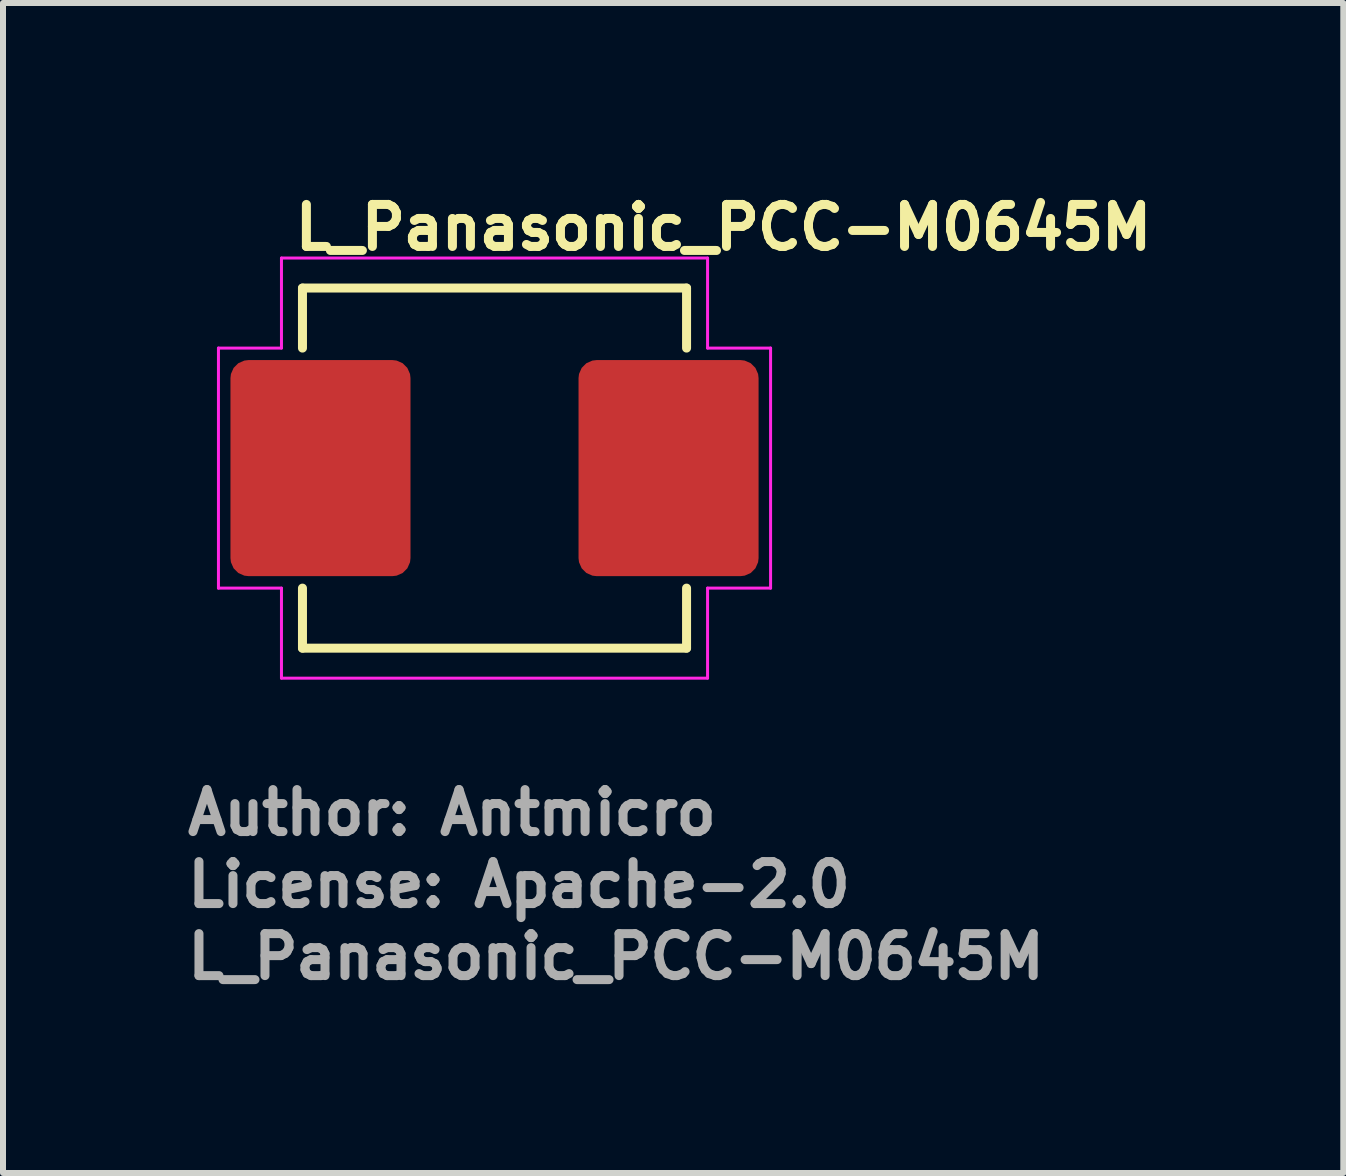
<source format=kicad_pcb>
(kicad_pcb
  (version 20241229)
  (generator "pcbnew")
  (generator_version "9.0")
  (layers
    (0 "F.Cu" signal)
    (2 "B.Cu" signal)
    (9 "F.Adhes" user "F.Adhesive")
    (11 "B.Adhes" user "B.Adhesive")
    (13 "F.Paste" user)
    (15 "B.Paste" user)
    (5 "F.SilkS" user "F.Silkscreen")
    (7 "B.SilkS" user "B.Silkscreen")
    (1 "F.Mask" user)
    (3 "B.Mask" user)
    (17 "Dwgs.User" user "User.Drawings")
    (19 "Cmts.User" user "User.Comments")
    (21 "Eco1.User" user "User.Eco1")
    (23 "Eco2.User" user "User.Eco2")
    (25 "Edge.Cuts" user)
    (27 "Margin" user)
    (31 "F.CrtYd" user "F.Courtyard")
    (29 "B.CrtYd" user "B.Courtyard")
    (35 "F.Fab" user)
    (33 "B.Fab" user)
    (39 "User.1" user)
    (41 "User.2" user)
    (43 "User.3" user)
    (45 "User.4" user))
  (footprint "L_Panasonic_PCC-M0645M"
    (layer "F.Cu")
    (at 5.19 4.75)
    (property "Reference" "L_Panasonic_PCC-M0645M" (at -3.4 -3.6 0) (layer "F.SilkS") (effects (font (size 0.7 0.7) (thickness 0.15)) (justify left bottom)))
    (attr smd)
    (fp_line (start -3.2 -3) (end 3.2 -3) (stroke (width 0.15) (type solid)) (layer "F.SilkS"))
    (fp_line (start -3.2 -2) (end -3.2 -3) (stroke (width 0.15) (type solid)) (layer "F.SilkS"))
    (fp_line (start -3.2 2) (end -3.2 3) (stroke (width 0.15) (type solid)) (layer "F.SilkS"))
    (fp_line (start 3.2 -2) (end 3.2 -3) (stroke (width 0.15) (type solid)) (layer "F.SilkS"))
    (fp_line (start 3.2 2) (end 3.2 3) (stroke (width 0.15) (type solid)) (layer "F.SilkS"))
    (fp_line (start 3.2 3) (end -3.2 3) (stroke (width 0.15) (type solid)) (layer "F.SilkS"))
    (fp_line (start -4.6 -2) (end -3.55 -2) (stroke (width 0.05) (type default)) (layer "F.CrtYd"))
    (fp_line (start -4.6 2) (end -4.6 -2) (stroke (width 0.05) (type default)) (layer "F.CrtYd"))
    (fp_line (start -3.55 -3.5) (end 3.55 -3.5) (stroke (width 0.05) (type default)) (layer "F.CrtYd"))
    (fp_line (start -3.55 -2) (end -3.55 -3.5) (stroke (width 0.05) (type default)) (layer "F.CrtYd"))
    (fp_line (start -3.55 2) (end -4.6 2) (stroke (width 0.05) (type default)) (layer "F.CrtYd"))
    (fp_line (start -3.55 3.5) (end -3.55 2) (stroke (width 0.05) (type default)) (layer "F.CrtYd"))
    (fp_line (start -3.55 3.5) (end 3.55 3.5) (stroke (width 0.05) (type default)) (layer "F.CrtYd"))
    (fp_line (start 3.55 -3.5) (end 3.55 -2) (stroke (width 0.05) (type default)) (layer "F.CrtYd"))
    (fp_line (start 3.55 -2) (end 4.6 -2) (stroke (width 0.05) (type default)) (layer "F.CrtYd"))
    (fp_line (start 3.55 2) (end 3.55 3.5) (stroke (width 0.05) (type default)) (layer "F.CrtYd"))
    (fp_line (start 4.6 -2) (end 4.6 2) (stroke (width 0.05) (type default)) (layer "F.CrtYd"))
    (fp_line (start 4.6 2) (end 3.55 2) (stroke (width 0.05) (type default)) (layer "F.CrtYd"))
    (fp_rect (start -3.25 -3) (end 3.25 3) (stroke (width 0.1) (type solid)) (fill no) (layer "User.5"))
    (fp_line (start -3.25 -2.2) (end -3.249 -2.2) (stroke (width 0.02) (type solid)) (layer "User.9"))
    (fp_line (start -3.25 -1.5) (end -3.25 -1.35) (stroke (width 0.02) (type solid)) (layer "User.9"))
    (fp_line (start -3.25 -1.44) (end -3.25 -2.2) (stroke (width 0.02) (type solid)) (layer "User.9"))
    (fp_line (start -3.25 -1.44) (end -3.25 -1.434) (stroke (width 0.02) (type solid)) (layer "User.9"))
    (fp_line (start -3.25 -1.434) (end -3.25 -1.427) (stroke (width 0.02) (type solid)) (layer "User.9"))
    (fp_line (start -3.25 -1.427) (end -3.25 -1.419) (stroke (width 0.02) (type solid)) (layer "User.9"))
    (fp_line (start -3.25 -1.419) (end -3.25 -1.411) (stroke (width 0.02) (type solid)) (layer "User.9"))
    (fp_line (start -3.25 -1.411) (end -3.25 -1.402) (stroke (width 0.02) (type solid)) (layer "User.9"))
    (fp_line (start -3.25 -1.402) (end -3.25 -1.393) (stroke (width 0.02) (type solid)) (layer "User.9"))
    (fp_line (start -3.25 -1.393) (end -3.25 -1.384) (stroke (width 0.02) (type solid)) (layer "User.9"))
    (fp_line (start -3.25 -1.384) (end -3.25 -1.376) (stroke (width 0.02) (type solid)) (layer "User.9"))
    (fp_line (start -3.25 -1.376) (end -3.25 -1.369) (stroke (width 0.02) (type solid)) (layer "User.9"))
    (fp_line (start -3.25 -1.369) (end -3.25 -1.362) (stroke (width 0.02) (type solid)) (layer "User.9"))
    (fp_line (start -3.25 -1.362) (end -3.25 -1.357) (stroke (width 0.02) (type solid)) (layer "User.9"))
    (fp_line (start -3.25 -1.357) (end -3.25 -1.353) (stroke (width 0.02) (type solid)) (layer "User.9"))
    (fp_line (start -3.25 -1.353) (end -3.25 -1.351) (stroke (width 0.02) (type solid)) (layer "User.9"))
    (fp_line (start -3.25 -1.351) (end -3.25 -1.35) (stroke (width 0.02) (type solid)) (layer "User.9"))
    (fp_line (start -3.25 -0.47) (end -3.25 -1.35) (stroke (width 0.02) (type solid)) (layer "User.9"))
    (fp_line (start -3.25 -0.47) (end -3.1 -0.47) (stroke (width 0.02) (type solid)) (layer "User.9"))
    (fp_line (start -3.25 -0.466) (end -3.25 -0.47) (stroke (width 0.02) (type solid)) (layer "User.9"))
    (fp_line (start -3.25 -0.463) (end -3.25 -0.466) (stroke (width 0.02) (type solid)) (layer "User.9"))
    (fp_line (start -3.25 -0.459) (end -3.25 -0.463) (stroke (width 0.02) (type solid)) (layer "User.9"))
    (fp_line (start -3.25 -0.456) (end -3.25 -0.459) (stroke (width 0.02) (type solid)) (layer "User.9"))
    (fp_line (start -3.25 -0.452) (end -3.25 -0.456) (stroke (width 0.02) (type solid)) (layer "User.9"))
    (fp_line (start -3.25 -0.448) (end -3.25 -0.452) (stroke (width 0.02) (type solid)) (layer "User.9"))
    (fp_line (start -3.25 -0.445) (end -3.25 -0.448) (stroke (width 0.02) (type solid)) (layer "User.9"))
    (fp_line (start -3.25 -0.441) (end -3.25 -0.445) (stroke (width 0.02) (type solid)) (layer "User.9"))
    (fp_line (start -3.25 -0.438) (end -3.25 -0.441) (stroke (width 0.02) (type solid)) (layer "User.9"))
    (fp_line (start -3.25 -0.434) (end -3.25 -0.438) (stroke (width 0.02) (type solid)) (layer "User.9"))
    (fp_line (start -3.25 -0.431) (end -3.25 -0.434) (stroke (width 0.02) (type solid)) (layer "User.9"))
    (fp_line (start -3.25 -0.427) (end -3.25 -0.431) (stroke (width 0.02) (type solid)) (layer "User.9"))
    (fp_line (start -3.25 -0.424) (end -3.25 -0.427) (stroke (width 0.02) (type solid)) (layer "User.9"))
    (fp_line (start -3.25 -0.42) (end -3.25 -0.424) (stroke (width 0.02) (type solid)) (layer "User.9"))
    (fp_line (start -3.25 -0.42) (end -3.249 -0.402) (stroke (width 0.02) (type solid)) (layer "User.9"))
    (fp_line (start -3.25 -0.125) (end -3.249 -0.125) (stroke (width 0.02) (type solid)) (layer "User.9"))
    (fp_line (start -3.25 -0.125) (end -3.247 -0.148) (stroke (width 0.02) (type solid)) (layer "User.9"))
    (fp_line (start -3.25 -0.125) (end -3.247 -0.148) (stroke (width 0.02) (type solid)) (layer "User.9"))
    (fp_line (start -3.25 0.125) (end -3.25 -0.125) (stroke (width 0.02) (type solid)) (layer "User.9"))
    (fp_line (start -3.25 0.125) (end -3.25 -0.125) (stroke (width 0.02) (type solid)) (layer "User.9"))
    (fp_line (start -3.25 0.125) (end -3.249 0.125) (stroke (width 0.02) (type solid)) (layer "User.9"))
    (fp_line (start -3.25 0.424) (end -3.25 0.42) (stroke (width 0.02) (type solid)) (layer "User.9"))
    (fp_line (start -3.25 0.427) (end -3.25 0.424) (stroke (width 0.02) (type solid)) (layer "User.9"))
    (fp_line (start -3.25 0.431) (end -3.25 0.427) (stroke (width 0.02) (type solid)) (layer "User.9"))
    (fp_line (start -3.25 0.434) (end -3.25 0.431) (stroke (width 0.02) (type solid)) (layer "User.9"))
    (fp_line (start -3.25 0.438) (end -3.25 0.434) (stroke (width 0.02) (type solid)) (layer "User.9"))
    (fp_line (start -3.25 0.441) (end -3.25 0.438) (stroke (width 0.02) (type solid)) (layer "User.9"))
    (fp_line (start -3.25 0.445) (end -3.25 0.441) (stroke (width 0.02) (type solid)) (layer "User.9"))
    (fp_line (start -3.25 0.448) (end -3.25 0.445) (stroke (width 0.02) (type solid)) (layer "User.9"))
    (fp_line (start -3.25 0.452) (end -3.25 0.448) (stroke (width 0.02) (type solid)) (layer "User.9"))
    (fp_line (start -3.25 0.456) (end -3.25 0.452) (stroke (width 0.02) (type solid)) (layer "User.9"))
    (fp_line (start -3.25 0.459) (end -3.25 0.456) (stroke (width 0.02) (type solid)) (layer "User.9"))
    (fp_line (start -3.25 0.463) (end -3.25 0.459) (stroke (width 0.02) (type solid)) (layer "User.9"))
    (fp_line (start -3.25 0.466) (end -3.25 0.463) (stroke (width 0.02) (type solid)) (layer "User.9"))
    (fp_line (start -3.25 0.47) (end -3.25 0.466) (stroke (width 0.02) (type solid)) (layer "User.9"))
    (fp_line (start -3.25 1.35) (end -3.25 0.47) (stroke (width 0.02) (type solid)) (layer "User.9"))
    (fp_line (start -3.25 1.35) (end -3.25 1.5) (stroke (width 0.02) (type solid)) (layer "User.9"))
    (fp_line (start -3.25 1.351) (end -3.25 1.35) (stroke (width 0.02) (type solid)) (layer "User.9"))
    (fp_line (start -3.25 1.353) (end -3.25 1.351) (stroke (width 0.02) (type solid)) (layer "User.9"))
    (fp_line (start -3.25 1.357) (end -3.25 1.353) (stroke (width 0.02) (type solid)) (layer "User.9"))
    (fp_line (start -3.25 1.362) (end -3.25 1.357) (stroke (width 0.02) (type solid)) (layer "User.9"))
    (fp_line (start -3.25 1.369) (end -3.25 1.362) (stroke (width 0.02) (type solid)) (layer "User.9"))
    (fp_line (start -3.25 1.376) (end -3.25 1.369) (stroke (width 0.02) (type solid)) (layer "User.9"))
    (fp_line (start -3.25 1.384) (end -3.25 1.376) (stroke (width 0.02) (type solid)) (layer "User.9"))
    (fp_line (start -3.25 1.393) (end -3.25 1.384) (stroke (width 0.02) (type solid)) (layer "User.9"))
    (fp_line (start -3.25 1.402) (end -3.25 1.393) (stroke (width 0.02) (type solid)) (layer "User.9"))
    (fp_line (start -3.25 1.411) (end -3.25 1.402) (stroke (width 0.02) (type solid)) (layer "User.9"))
    (fp_line (start -3.25 1.419) (end -3.25 1.411) (stroke (width 0.02) (type solid)) (layer "User.9"))
    (fp_line (start -3.25 1.427) (end -3.25 1.419) (stroke (width 0.02) (type solid)) (layer "User.9"))
    (fp_line (start -3.25 1.434) (end -3.25 1.427) (stroke (width 0.02) (type solid)) (layer "User.9"))
    (fp_line (start -3.25 1.44) (end -3.25 1.434) (stroke (width 0.02) (type solid)) (layer "User.9"))
    (fp_line (start -3.25 1.44) (end -3.249 1.448) (stroke (width 0.02) (type solid)) (layer "User.9"))
    (fp_line (start -3.25 2.2) (end -3.25 1.44) (stroke (width 0.02) (type solid)) (layer "User.9"))
    (fp_line (start -3.249 -2.2) (end -3.245 -2.2) (stroke (width 0.02) (type solid)) (layer "User.9"))
    (fp_line (start -3.249 -1.447) (end -3.25 -1.44) (stroke (width 0.02) (type solid)) (layer "User.9"))
    (fp_line (start -3.249 -0.402) (end -3.245 -0.384) (stroke (width 0.02) (type solid)) (layer "User.9"))
    (fp_line (start -3.249 -0.125) (end -3.245 -0.125) (stroke (width 0.02) (type solid)) (layer "User.9"))
    (fp_line (start -3.249 0.125) (end -3.245 0.125) (stroke (width 0.02) (type solid)) (layer "User.9"))
    (fp_line (start -3.249 0.402) (end -3.25 0.42) (stroke (width 0.02) (type solid)) (layer "User.9"))
    (fp_line (start -3.249 1.448) (end -3.247 1.45) (stroke (width 0.02) (type solid)) (layer "User.9"))
    (fp_line (start -3.249 2.2) (end -3.25 2.2) (stroke (width 0.02) (type solid)) (layer "User.9"))
    (fp_line (start -3.247 -1.45) (end -3.249 -1.447) (stroke (width 0.02) (type solid)) (layer "User.9"))
    (fp_line (start -3.247 -0.148) (end -3.238 -0.17) (stroke (width 0.02) (type solid)) (layer "User.9"))
    (fp_line (start -3.247 -0.148) (end -3.238 -0.17) (stroke (width 0.02) (type solid)) (layer "User.9"))
    (fp_line (start -3.247 0.148) (end -3.25 0.125) (stroke (width 0.02) (type solid)) (layer "User.9"))
    (fp_line (start -3.247 0.148) (end -3.25 0.125) (stroke (width 0.02) (type solid)) (layer "User.9"))
    (fp_line (start -3.247 1.45) (end -3.243 1.45) (stroke (width 0.02) (type solid)) (layer "User.9"))
    (fp_line (start -3.245 -2.2) (end -3.24 -2.2) (stroke (width 0.02) (type solid)) (layer "User.9"))
    (fp_line (start -3.245 -0.384) (end -3.234 -0.353) (stroke (width 0.02) (type solid)) (layer "User.9"))
    (fp_line (start -3.245 -0.125) (end -3.24 -0.125) (stroke (width 0.02) (type solid)) (layer "User.9"))
    (fp_line (start -3.245 0.125) (end -3.24 0.125) (stroke (width 0.02) (type solid)) (layer "User.9"))
    (fp_line (start -3.245 0.384) (end -3.249 0.402) (stroke (width 0.02) (type solid)) (layer "User.9"))
    (fp_line (start -3.245 2.2) (end -3.249 2.2) (stroke (width 0.02) (type solid)) (layer "User.9"))
    (fp_line (start -3.243 -1.45) (end -3.247 -1.45) (stroke (width 0.02) (type solid)) (layer "User.9"))
    (fp_line (start -3.243 1.45) (end -3.238 1.45) (stroke (width 0.02) (type solid)) (layer "User.9"))
    (fp_line (start -3.24 -2.2) (end -3.232 -2.2) (stroke (width 0.02) (type solid)) (layer "User.9"))
    (fp_line (start -3.24 -0.125) (end -3.232 -0.125) (stroke (width 0.02) (type solid)) (layer "User.9"))
    (fp_line (start -3.24 0.125) (end -3.232 0.125) (stroke (width 0.02) (type solid)) (layer "User.9"))
    (fp_line (start -3.24 2.2) (end -3.245 2.2) (stroke (width 0.02) (type solid)) (layer "User.9"))
    (fp_line (start -3.238 -1.45) (end -3.243 -1.45) (stroke (width 0.02) (type solid)) (layer "User.9"))
    (fp_line (start -3.238 -0.17) (end -3.223 -0.189) (stroke (width 0.02) (type solid)) (layer "User.9"))
    (fp_line (start -3.238 -0.17) (end -3.223 -0.189) (stroke (width 0.02) (type solid)) (layer "User.9"))
    (fp_line (start -3.238 0.17) (end -3.247 0.148) (stroke (width 0.02) (type solid)) (layer "User.9"))
    (fp_line (start -3.238 0.17) (end -3.247 0.148) (stroke (width 0.02) (type solid)) (layer "User.9"))
    (fp_line (start -3.238 1.45) (end -3.23 1.45) (stroke (width 0.02) (type solid)) (layer "User.9"))
    (fp_line (start -3.234 -0.353) (end -3.217 -0.326) (stroke (width 0.02) (type solid)) (layer "User.9"))
    (fp_line (start -3.234 0.353) (end -3.245 0.384) (stroke (width 0.02) (type solid)) (layer "User.9"))
    (fp_line (start -3.232 -2.2) (end -3.222 -2.2) (stroke (width 0.02) (type solid)) (layer "User.9"))
    (fp_line (start -3.232 -0.125) (end -3.222 -0.125) (stroke (width 0.02) (type solid)) (layer "User.9"))
    (fp_line (start -3.232 0.125) (end -3.222 0.125) (stroke (width 0.02) (type solid)) (layer "User.9"))
    (fp_line (start -3.232 2.2) (end -3.24 2.2) (stroke (width 0.02) (type solid)) (layer "User.9"))
    (fp_line (start -3.23 -1.45) (end -3.238 -1.45) (stroke (width 0.02) (type solid)) (layer "User.9"))
    (fp_line (start -3.23 1.45) (end -3.221 1.45) (stroke (width 0.02) (type solid)) (layer "User.9"))
    (fp_line (start -3.228 -0.343) (end -3.214 -0.323) (stroke (width 0.02) (type solid)) (layer "User.9"))
    (fp_line (start -3.228 -0.343) (end -3.214 -0.323) (stroke (width 0.02) (type solid)) (layer "User.9"))
    (fp_line (start -3.223 -0.189) (end -3.205 -0.203) (stroke (width 0.02) (type solid)) (layer "User.9"))
    (fp_line (start -3.223 -0.189) (end -3.205 -0.203) (stroke (width 0.02) (type solid)) (layer "User.9"))
    (fp_line (start -3.223 0.189) (end -3.238 0.17) (stroke (width 0.02) (type solid)) (layer "User.9"))
    (fp_line (start -3.223 0.189) (end -3.238 0.17) (stroke (width 0.02) (type solid)) (layer "User.9"))
    (fp_line (start -3.222 -2.2) (end -3.21 -2.2) (stroke (width 0.02) (type solid)) (layer "User.9"))
    (fp_line (start -3.222 -0.125) (end -3.21 -0.125) (stroke (width 0.02) (type solid)) (layer "User.9"))
    (fp_line (start -3.222 0.125) (end -3.21 0.125) (stroke (width 0.02) (type solid)) (layer "User.9"))
    (fp_line (start -3.222 2.2) (end -3.232 2.2) (stroke (width 0.02) (type solid)) (layer "User.9"))
    (fp_line (start -3.221 -1.45) (end -3.23 -1.45) (stroke (width 0.02) (type solid)) (layer "User.9"))
    (fp_line (start -3.221 1.45) (end -3.211 1.45) (stroke (width 0.02) (type solid)) (layer "User.9"))
    (fp_line (start -3.217 -0.326) (end -3.196 -0.305) (stroke (width 0.02) (type solid)) (layer "User.9"))
    (fp_line (start -3.217 0.326) (end -3.234 0.353) (stroke (width 0.02) (type solid)) (layer "User.9"))
    (fp_line (start -3.214 -0.323) (end -3.196 -0.305) (stroke (width 0.02) (type solid)) (layer "User.9"))
    (fp_line (start -3.214 -0.323) (end -3.196 -0.305) (stroke (width 0.02) (type solid)) (layer "User.9"))
    (fp_line (start -3.214 0.323) (end -3.228 0.343) (stroke (width 0.02) (type solid)) (layer "User.9"))
    (fp_line (start -3.214 0.323) (end -3.228 0.343) (stroke (width 0.02) (type solid)) (layer "User.9"))
    (fp_line (start -3.211 -1.45) (end -3.221 -1.45) (stroke (width 0.02) (type solid)) (layer "User.9"))
    (fp_line (start -3.211 1.45) (end -3.199 1.45) (stroke (width 0.02) (type solid)) (layer "User.9"))
    (fp_line (start -3.21 -2.2) (end -3.197 -2.2) (stroke (width 0.02) (type solid)) (layer "User.9"))
    (fp_line (start -3.21 -0.125) (end -3.196 -0.125) (stroke (width 0.02) (type solid)) (layer "User.9"))
    (fp_line (start -3.21 0.125) (end -3.196 0.125) (stroke (width 0.02) (type solid)) (layer "User.9"))
    (fp_line (start -3.21 2.2) (end -3.222 2.2) (stroke (width 0.02) (type solid)) (layer "User.9"))
    (fp_line (start -3.205 -0.203) (end -3.183 -0.212) (stroke (width 0.02) (type solid)) (layer "User.9"))
    (fp_line (start -3.205 -0.203) (end -3.183 -0.212) (stroke (width 0.02) (type solid)) (layer "User.9"))
    (fp_line (start -3.205 0.203) (end -3.223 0.189) (stroke (width 0.02) (type solid)) (layer "User.9"))
    (fp_line (start -3.205 0.203) (end -3.223 0.189) (stroke (width 0.02) (type solid)) (layer "User.9"))
    (fp_line (start -3.199 -1.45) (end -3.211 -1.45) (stroke (width 0.02) (type solid)) (layer "User.9"))
    (fp_line (start -3.199 1.45) (end -3.186 1.45) (stroke (width 0.02) (type solid)) (layer "User.9"))
    (fp_line (start -3.197 -2.2) (end -3.182 -2.2) (stroke (width 0.02) (type solid)) (layer "User.9"))
    (fp_line (start -3.197 2.2) (end -3.21 2.2) (stroke (width 0.02) (type solid)) (layer "User.9"))
    (fp_line (start -3.196 -0.305) (end -3.174 -0.29) (stroke (width 0.02) (type solid)) (layer "User.9"))
    (fp_line (start -3.196 -0.125) (end -3.18 -0.125) (stroke (width 0.02) (type solid)) (layer "User.9"))
    (fp_line (start -3.196 0.125) (end -3.18 0.125) (stroke (width 0.02) (type solid)) (layer "User.9"))
    (fp_line (start -3.196 0.305) (end -3.217 0.326) (stroke (width 0.02) (type solid)) (layer "User.9"))
    (fp_line (start -3.196 0.305) (end -3.214 0.323) (stroke (width 0.02) (type solid)) (layer "User.9"))
    (fp_line (start -3.196 0.305) (end -3.214 0.323) (stroke (width 0.02) (type solid)) (layer "User.9"))
    (fp_line (start -3.186 -1.45) (end -3.199 -1.45) (stroke (width 0.02) (type solid)) (layer "User.9"))
    (fp_line (start -3.186 1.45) (end -3.172 1.45) (stroke (width 0.02) (type solid)) (layer "User.9"))
    (fp_line (start -3.183 -0.212) (end -3.16 -0.215) (stroke (width 0.02) (type solid)) (layer "User.9"))
    (fp_line (start -3.183 -0.212) (end -3.16 -0.215) (stroke (width 0.02) (type solid)) (layer "User.9"))
    (fp_line (start -3.183 0.212) (end -3.205 0.203) (stroke (width 0.02) (type solid)) (layer "User.9"))
    (fp_line (start -3.183 0.212) (end -3.205 0.203) (stroke (width 0.02) (type solid)) (layer "User.9"))
    (fp_line (start -3.182 -2.2) (end -3.166 -2.2) (stroke (width 0.02) (type solid)) (layer "User.9"))
    (fp_line (start -3.182 2.2) (end -3.197 2.2) (stroke (width 0.02) (type solid)) (layer "User.9"))
    (fp_line (start -3.18 -0.125) (end -3.162 -0.125) (stroke (width 0.02) (type solid)) (layer "User.9"))
    (fp_line (start -3.18 0.125) (end -3.162 0.125) (stroke (width 0.02) (type solid)) (layer "User.9"))
    (fp_line (start -3.174 -0.29) (end -3.15 -0.279) (stroke (width 0.02) (type solid)) (layer "User.9"))
    (fp_line (start -3.174 0.29) (end -3.196 0.305) (stroke (width 0.02) (type solid)) (layer "User.9"))
    (fp_line (start -3.172 -1.45) (end -3.186 -1.45) (stroke (width 0.02) (type solid)) (layer "User.9"))
    (fp_line (start -3.172 1.45) (end -3.156 1.45) (stroke (width 0.02) (type solid)) (layer "User.9"))
    (fp_line (start -3.166 -2.2) (end -3.148 -2.2) (stroke (width 0.02) (type solid)) (layer "User.9"))
    (fp_line (start -3.166 2.2) (end -3.182 2.2) (stroke (width 0.02) (type solid)) (layer "User.9"))
    (fp_line (start -3.162 -0.125) (end -3.143 -0.125) (stroke (width 0.02) (type solid)) (layer "User.9"))
    (fp_line (start -3.162 0.125) (end -3.143 0.125) (stroke (width 0.02) (type solid)) (layer "User.9"))
    (fp_line (start -3.16 0.215) (end -3.183 0.212) (stroke (width 0.02) (type solid)) (layer "User.9"))
    (fp_line (start -3.16 0.215) (end -3.183 0.212) (stroke (width 0.02) (type solid)) (layer "User.9"))
    (fp_line (start -3.158 -0.215) (end -3.16 -0.215) (stroke (width 0.02) (type solid)) (layer "User.9"))
    (fp_line (start -3.158 0.215) (end -3.16 0.215) (stroke (width 0.02) (type solid)) (layer "User.9"))
    (fp_line (start -3.158 0.215) (end -3.16 0.215) (stroke (width 0.02) (type solid)) (layer "User.9"))
    (fp_line (start -3.156 -1.45) (end -3.172 -1.45) (stroke (width 0.02) (type solid)) (layer "User.9"))
    (fp_line (start -3.156 1.45) (end -3.14 1.45) (stroke (width 0.02) (type solid)) (layer "User.9"))
    (fp_line (start -3.154 -0.215) (end -3.158 -0.215) (stroke (width 0.02) (type solid)) (layer "User.9"))
    (fp_line (start -3.154 0.215) (end -3.158 0.215) (stroke (width 0.02) (type solid)) (layer "User.9"))
    (fp_line (start -3.152 0.215) (end -3.158 0.215) (stroke (width 0.02) (type solid)) (layer "User.9"))
    (fp_line (start -3.15 -0.279) (end -3.125 -0.272) (stroke (width 0.02) (type solid)) (layer "User.9"))
    (fp_line (start -3.15 0.279) (end -3.174 0.29) (stroke (width 0.02) (type solid)) (layer "User.9"))
    (fp_line (start -3.148 -2.2) (end -3.129 -2.2) (stroke (width 0.02) (type solid)) (layer "User.9"))
    (fp_line (start -3.148 2.2) (end -3.166 2.2) (stroke (width 0.02) (type solid)) (layer "User.9"))
    (fp_line (start -3.147 -0.215) (end -3.154 -0.215) (stroke (width 0.02) (type solid)) (layer "User.9"))
    (fp_line (start -3.147 0.215) (end -3.154 0.215) (stroke (width 0.02) (type solid)) (layer "User.9"))
    (fp_line (start -3.143 -0.125) (end -3.122 -0.125) (stroke (width 0.02) (type solid)) (layer "User.9"))
    (fp_line (start -3.143 0.125) (end -3.122 0.125) (stroke (width 0.02) (type solid)) (layer "User.9"))
    (fp_line (start -3.143 0.215) (end -3.152 0.215) (stroke (width 0.02) (type solid)) (layer "User.9"))
    (fp_line (start -3.14 -1.45) (end -3.156 -1.45) (stroke (width 0.02) (type solid)) (layer "User.9"))
    (fp_line (start -3.14 1.45) (end -3.123 1.45) (stroke (width 0.02) (type solid)) (layer "User.9"))
    (fp_line (start -3.136 -0.215) (end -3.147 -0.215) (stroke (width 0.02) (type solid)) (layer "User.9"))
    (fp_line (start -3.136 0.215) (end -3.147 0.215) (stroke (width 0.02) (type solid)) (layer "User.9"))
    (fp_line (start -3.131 0.215) (end -3.143 0.215) (stroke (width 0.02) (type solid)) (layer "User.9"))
    (fp_line (start -3.129 -2.2) (end -3.11 -2.2) (stroke (width 0.02) (type solid)) (layer "User.9"))
    (fp_line (start -3.129 2.2) (end -3.148 2.2) (stroke (width 0.02) (type solid)) (layer "User.9"))
    (fp_line (start -3.125 -0.272) (end -3.1 -0.27) (stroke (width 0.02) (type solid)) (layer "User.9"))
    (fp_line (start -3.125 0.272) (end -3.15 0.279) (stroke (width 0.02) (type solid)) (layer "User.9"))
    (fp_line (start -3.124 -0.215) (end -3.136 -0.215) (stroke (width 0.02) (type solid)) (layer "User.9"))
    (fp_line (start -3.124 0.215) (end -3.136 0.215) (stroke (width 0.02) (type solid)) (layer "User.9"))
    (fp_line (start -3.123 -1.45) (end -3.14 -1.45) (stroke (width 0.02) (type solid)) (layer "User.9"))
    (fp_line (start -3.123 1.45) (end -3.106 1.45) (stroke (width 0.02) (type solid)) (layer "User.9"))
    (fp_line (start -3.122 -0.125) (end -3.099 -0.125) (stroke (width 0.02) (type solid)) (layer "User.9"))
    (fp_line (start -3.122 0.125) (end -3.099 0.125) (stroke (width 0.02) (type solid)) (layer "User.9"))
    (fp_line (start -3.115 0.215) (end -3.131 0.215) (stroke (width 0.02) (type solid)) (layer "User.9"))
    (fp_line (start -3.11 -2.2) (end -3.09 -2.2) (stroke (width 0.02) (type solid)) (layer "User.9"))
    (fp_line (start -3.11 2.2) (end -3.129 2.2) (stroke (width 0.02) (type solid)) (layer "User.9"))
    (fp_line (start -3.108 -0.215) (end -3.124 -0.215) (stroke (width 0.02) (type solid)) (layer "User.9"))
    (fp_line (start -3.108 0.215) (end -3.124 0.215) (stroke (width 0.02) (type solid)) (layer "User.9"))
    (fp_line (start -3.106 -1.45) (end -3.123 -1.45) (stroke (width 0.02) (type solid)) (layer "User.9"))
    (fp_line (start -3.106 1.45) (end -3.088 1.45) (stroke (width 0.02) (type solid)) (layer "User.9"))
    (fp_line (start -3.1 -1.44) (end -3.1 -1.434) (stroke (width 0.02) (type solid)) (layer "User.9"))
    (fp_line (start -3.1 -1.44) (end -3.099 -1.445) (stroke (width 0.02) (type solid)) (layer "User.9"))
    (fp_line (start -3.1 -1.434) (end -3.1 -1.427) (stroke (width 0.02) (type solid)) (layer "User.9"))
    (fp_line (start -3.1 -1.427) (end -3.1 -1.419) (stroke (width 0.02) (type solid)) (layer "User.9"))
    (fp_line (start -3.1 -1.419) (end -3.1 -1.411) (stroke (width 0.02) (type solid)) (layer "User.9"))
    (fp_line (start -3.1 -1.411) (end -3.1 -1.402) (stroke (width 0.02) (type solid)) (layer "User.9"))
    (fp_line (start -3.1 -1.402) (end -3.1 -1.393) (stroke (width 0.02) (type solid)) (layer "User.9"))
    (fp_line (start -3.1 -1.393) (end -3.1 -1.384) (stroke (width 0.02) (type solid)) (layer "User.9"))
    (fp_line (start -3.1 -1.384) (end -3.1 -1.376) (stroke (width 0.02) (type solid)) (layer "User.9"))
    (fp_line (start -3.1 -1.376) (end -3.1 -1.369) (stroke (width 0.02) (type solid)) (layer "User.9"))
    (fp_line (start -3.1 -1.369) (end -3.1 -1.362) (stroke (width 0.02) (type solid)) (layer "User.9"))
    (fp_line (start -3.1 -1.362) (end -3.1 -1.357) (stroke (width 0.02) (type solid)) (layer "User.9"))
    (fp_line (start -3.1 -1.357) (end -3.1 -1.353) (stroke (width 0.02) (type solid)) (layer "User.9"))
    (fp_line (start -3.1 -1.353) (end -3.1 -1.351) (stroke (width 0.02) (type solid)) (layer "User.9"))
    (fp_line (start -3.1 -1.351) (end -3.1 -1.35) (stroke (width 0.02) (type solid)) (layer "User.9"))
    (fp_line (start -3.1 -1.35) (end -3.25 -1.35) (stroke (width 0.02) (type solid)) (layer "User.9"))
    (fp_line (start -3.1 -1.35) (end -3.1 -0.47) (stroke (width 0.02) (type solid)) (layer "User.9"))
    (fp_line (start -3.1 -0.47) (end -3.1 -0.448) (stroke (width 0.02) (type solid)) (layer "User.9"))
    (fp_line (start -3.1 -0.448) (end -3.1 -0.425) (stroke (width 0.02) (type solid)) (layer "User.9"))
    (fp_line (start -3.1 -0.425) (end -3.1 -0.404) (stroke (width 0.02) (type solid)) (layer "User.9"))
    (fp_line (start -3.1 -0.404) (end -3.1 -0.383) (stroke (width 0.02) (type solid)) (layer "User.9"))
    (fp_line (start -3.1 -0.383) (end -3.1 -0.364) (stroke (width 0.02) (type solid)) (layer "User.9"))
    (fp_line (start -3.1 -0.364) (end -3.1 -0.345) (stroke (width 0.02) (type solid)) (layer "User.9"))
    (fp_line (start -3.1 -0.345) (end -3.1 -0.329) (stroke (width 0.02) (type solid)) (layer "User.9"))
    (fp_line (start -3.1 -0.329) (end -3.1 -0.314) (stroke (width 0.02) (type solid)) (layer "User.9"))
    (fp_line (start -3.1 -0.314) (end -3.1 -0.301) (stroke (width 0.02) (type solid)) (layer "User.9"))
    (fp_line (start -3.1 -0.301) (end -3.1 -0.29) (stroke (width 0.02) (type solid)) (layer "User.9"))
    (fp_line (start -3.1 -0.29) (end -3.1 -0.281) (stroke (width 0.02) (type solid)) (layer "User.9"))
    (fp_line (start -3.1 -0.281) (end -3.1 -0.275) (stroke (width 0.02) (type solid)) (layer "User.9"))
    (fp_line (start -3.1 -0.275) (end -3.1 -0.271) (stroke (width 0.02) (type solid)) (layer "User.9"))
    (fp_line (start -3.1 -0.271) (end -3.1 -0.27) (stroke (width 0.02) (type solid)) (layer "User.9"))
    (fp_line (start -3.1 -0.27) (end -3.088 -0.268) (stroke (width 0.02) (type solid)) (layer "User.9"))
    (fp_line (start -3.1 0.27) (end -3.125 0.272) (stroke (width 0.02) (type solid)) (layer "User.9"))
    (fp_line (start -3.1 0.27) (end -3.1 0.271) (stroke (width 0.02) (type solid)) (layer "User.9"))
    (fp_line (start -3.1 0.271) (end -3.1 0.275) (stroke (width 0.02) (type solid)) (layer "User.9"))
    (fp_line (start -3.1 0.275) (end -3.1 0.281) (stroke (width 0.02) (type solid)) (layer "User.9"))
    (fp_line (start -3.1 0.281) (end -3.1 0.29) (stroke (width 0.02) (type solid)) (layer "User.9"))
    (fp_line (start -3.1 0.29) (end -3.1 0.301) (stroke (width 0.02) (type solid)) (layer "User.9"))
    (fp_line (start -3.1 0.301) (end -3.1 0.314) (stroke (width 0.02) (type solid)) (layer "User.9"))
    (fp_line (start -3.1 0.314) (end -3.1 0.329) (stroke (width 0.02) (type solid)) (layer "User.9"))
    (fp_line (start -3.1 0.329) (end -3.1 0.345) (stroke (width 0.02) (type solid)) (layer "User.9"))
    (fp_line (start -3.1 0.345) (end -3.1 0.364) (stroke (width 0.02) (type solid)) (layer "User.9"))
    (fp_line (start -3.1 0.364) (end -3.1 0.383) (stroke (width 0.02) (type solid)) (layer "User.9"))
    (fp_line (start -3.1 0.383) (end -3.1 0.404) (stroke (width 0.02) (type solid)) (layer "User.9"))
    (fp_line (start -3.1 0.404) (end -3.1 0.425) (stroke (width 0.02) (type solid)) (layer "User.9"))
    (fp_line (start -3.1 0.425) (end -3.1 0.448) (stroke (width 0.02) (type solid)) (layer "User.9"))
    (fp_line (start -3.1 0.448) (end -3.1 0.47) (stroke (width 0.02) (type solid)) (layer "User.9"))
    (fp_line (start -3.1 0.469) (end -3.096 0.451) (stroke (width 0.02) (type solid)) (layer "User.9"))
    (fp_line (start -3.1 0.47) (end -3.25 0.47) (stroke (width 0.02) (type solid)) (layer "User.9"))
    (fp_line (start -3.1 0.47) (end -3.1 1.35) (stroke (width 0.02) (type solid)) (layer "User.9"))
    (fp_line (start -3.1 1.35) (end -3.25 1.35) (stroke (width 0.02) (type solid)) (layer "User.9"))
    (fp_line (start -3.1 1.351) (end -3.1 1.35) (stroke (width 0.02) (type solid)) (layer "User.9"))
    (fp_line (start -3.1 1.353) (end -3.1 1.351) (stroke (width 0.02) (type solid)) (layer "User.9"))
    (fp_line (start -3.1 1.357) (end -3.1 1.353) (stroke (width 0.02) (type solid)) (layer "User.9"))
    (fp_line (start -3.1 1.362) (end -3.1 1.357) (stroke (width 0.02) (type solid)) (layer "User.9"))
    (fp_line (start -3.1 1.369) (end -3.1 1.362) (stroke (width 0.02) (type solid)) (layer "User.9"))
    (fp_line (start -3.1 1.376) (end -3.1 1.369) (stroke (width 0.02) (type solid)) (layer "User.9"))
    (fp_line (start -3.1 1.384) (end -3.1 1.376) (stroke (width 0.02) (type solid)) (layer "User.9"))
    (fp_line (start -3.1 1.393) (end -3.1 1.384) (stroke (width 0.02) (type solid)) (layer "User.9"))
    (fp_line (start -3.1 1.402) (end -3.1 1.393) (stroke (width 0.02) (type solid)) (layer "User.9"))
    (fp_line (start -3.1 1.411) (end -3.1 1.402) (stroke (width 0.02) (type solid)) (layer "User.9"))
    (fp_line (start -3.1 1.419) (end -3.1 1.411) (stroke (width 0.02) (type solid)) (layer "User.9"))
    (fp_line (start -3.1 1.427) (end -3.1 1.419) (stroke (width 0.02) (type solid)) (layer "User.9"))
    (fp_line (start -3.1 1.434) (end -3.1 1.427) (stroke (width 0.02) (type solid)) (layer "User.9"))
    (fp_line (start -3.1 1.44) (end -3.1 1.434) (stroke (width 0.02) (type solid)) (layer "User.9"))
    (fp_line (start -3.099 -1.445) (end -3.094 -1.448) (stroke (width 0.02) (type solid)) (layer "User.9"))
    (fp_line (start -3.099 -0.125) (end -3.075 -0.125) (stroke (width 0.02) (type solid)) (layer "User.9"))
    (fp_line (start -3.099 0.125) (end -3.075 0.125) (stroke (width 0.02) (type solid)) (layer "User.9"))
    (fp_line (start -3.099 1.445) (end -3.1 1.44) (stroke (width 0.02) (type solid)) (layer "User.9"))
    (fp_line (start -3.096 -0.451) (end -3.1 -0.469) (stroke (width 0.02) (type solid)) (layer "User.9"))
    (fp_line (start -3.096 0.215) (end -3.115 0.215) (stroke (width 0.02) (type solid)) (layer "User.9"))
    (fp_line (start -3.096 0.451) (end -3.087 0.435) (stroke (width 0.02) (type solid)) (layer "User.9"))
    (fp_line (start -3.095 1.448) (end -3.099 1.445) (stroke (width 0.02) (type solid)) (layer "User.9"))
    (fp_line (start -3.094 -1.448) (end -3.088 -1.45) (stroke (width 0.02) (type solid)) (layer "User.9"))
    (fp_line (start -3.09 -2.2) (end -3.07 -2.2) (stroke (width 0.02) (type solid)) (layer "User.9"))
    (fp_line (start -3.09 -0.215) (end -3.108 -0.215) (stroke (width 0.02) (type solid)) (layer "User.9"))
    (fp_line (start -3.09 0.215) (end -3.108 0.215) (stroke (width 0.02) (type solid)) (layer "User.9"))
    (fp_line (start -3.09 2.2) (end -3.11 2.2) (stroke (width 0.02) (type solid)) (layer "User.9"))
    (fp_line (start -3.088 -1.45) (end -3.106 -1.45) (stroke (width 0.02) (type solid)) (layer "User.9"))
    (fp_line (start -3.088 -1.45) (end -3.08 -1.45) (stroke (width 0.02) (type solid)) (layer "User.9"))
    (fp_line (start -3.088 -0.268) (end -3.079 -0.261) (stroke (width 0.02) (type solid)) (layer "User.9"))
    (fp_line (start -3.088 0.268) (end -3.1 0.27) (stroke (width 0.02) (type solid)) (layer "User.9"))
    (fp_line (start -3.088 1.45) (end -3.095 1.448) (stroke (width 0.02) (type solid)) (layer "User.9"))
    (fp_line (start -3.088 1.45) (end -3.07 1.45) (stroke (width 0.02) (type solid)) (layer "User.9"))
    (fp_line (start -3.087 -0.435) (end -3.096 -0.451) (stroke (width 0.02) (type solid)) (layer "User.9"))
    (fp_line (start -3.087 0.435) (end -3.072 0.424) (stroke (width 0.02) (type solid)) (layer "User.9"))
    (fp_line (start -3.08 -1.45) (end -3.075 -1.45) (stroke (width 0.02) (type solid)) (layer "User.9"))
    (fp_line (start -3.08 1.45) (end -3.088 1.45) (stroke (width 0.02) (type solid)) (layer "User.9"))
    (fp_line (start -3.079 -0.261) (end -3.072 -0.251) (stroke (width 0.02) (type solid)) (layer "User.9"))
    (fp_line (start -3.079 0.261) (end -3.088 0.268) (stroke (width 0.02) (type solid)) (layer "User.9"))
    (fp_line (start -3.075 -0.125) (end -3.05 -0.125) (stroke (width 0.02) (type solid)) (layer "User.9"))
    (fp_line (start -3.075 0.125) (end -3.05 0.125) (stroke (width 0.02) (type solid)) (layer "User.9"))
    (fp_line (start -3.075 1.45) (end -3.08 1.45) (stroke (width 0.02) (type solid)) (layer "User.9"))
    (fp_line (start -3.074 0.215) (end -3.096 0.215) (stroke (width 0.02) (type solid)) (layer "User.9"))
    (fp_line (start -3.072 -0.424) (end -3.087 -0.435) (stroke (width 0.02) (type solid)) (layer "User.9"))
    (fp_line (start -3.072 -0.251) (end -3.07 -0.24) (stroke (width 0.02) (type solid)) (layer "User.9"))
    (fp_line (start -3.072 0.251) (end -3.079 0.261) (stroke (width 0.02) (type solid)) (layer "User.9"))
    (fp_line (start -3.072 0.424) (end -3.055 0.419) (stroke (width 0.02) (type solid)) (layer "User.9"))
    (fp_line (start -3.07 -2.2) (end -3.07 -1.45) (stroke (width 0.02) (type solid)) (layer "User.9"))
    (fp_line (start -3.07 -1.45) (end -3.088 -1.45) (stroke (width 0.02) (type solid)) (layer "User.9"))
    (fp_line (start -3.07 -1.45) (end -3.07 -0.423) (stroke (width 0.02) (type solid)) (layer "User.9"))
    (fp_line (start -3.07 -0.215) (end -3.09 -0.215) (stroke (width 0.02) (type solid)) (layer "User.9"))
    (fp_line (start -3.07 -0.215) (end -3.07 -0.24) (stroke (width 0.02) (type solid)) (layer "User.9"))
    (fp_line (start -3.07 0.215) (end -3.09 0.215) (stroke (width 0.02) (type solid)) (layer "User.9"))
    (fp_line (start -3.07 0.215) (end -3.07 0.215) (stroke (width 0.02) (type solid)) (layer "User.9"))
    (fp_line (start -3.07 0.24) (end -3.072 0.251) (stroke (width 0.02) (type solid)) (layer "User.9"))
    (fp_line (start -3.07 0.24) (end -3.07 0.215) (stroke (width 0.02) (type solid)) (layer "User.9"))
    (fp_line (start -3.07 0.423) (end -3.07 1.45) (stroke (width 0.02) (type solid)) (layer "User.9"))
    (fp_line (start -3.07 1.45) (end -3.07 2.2) (stroke (width 0.02) (type solid)) (layer "User.9"))
    (fp_line (start -3.07 2.2) (end -3.09 2.2) (stroke (width 0.02) (type solid)) (layer "User.9"))
    (fp_line (start -3.07 2.2) (end -3.05 2.2) (stroke (width 0.02) (type solid)) (layer "User.9"))
    (fp_line (start -3.055 -0.419) (end -3.072 -0.424) (stroke (width 0.02) (type solid)) (layer "User.9"))
    (fp_line (start -3.055 0.419) (end -3.05 0.419) (stroke (width 0.02) (type solid)) (layer "User.9"))
    (fp_line (start -3.05 -2.5) (end -3.05 2.5) (stroke (width 0.02) (type solid)) (layer "User.9"))
    (fp_line (start -3.05 -2.2) (end -3.07 -2.2) (stroke (width 0.02) (type solid)) (layer "User.9"))
    (fp_line (start -3.05 -1.45) (end -3.07 -1.45) (stroke (width 0.02) (type solid)) (layer "User.9"))
    (fp_line (start -3.05 -0.419) (end -3.055 -0.419) (stroke (width 0.02) (type solid)) (layer "User.9"))
    (fp_line (start -3.05 -0.215) (end -3.07 -0.215) (stroke (width 0.02) (type solid)) (layer "User.9"))
    (fp_line (start -3.05 0.215) (end -3.074 0.215) (stroke (width 0.02) (type solid)) (layer "User.9"))
    (fp_line (start -3.05 1.45) (end -3.07 1.45) (stroke (width 0.02) (type solid)) (layer "User.9"))
    (fp_line (start -3.05 2.5) (end -3.046 2.56) (stroke (width 0.02) (type solid)) (layer "User.9"))
    (fp_line (start -3.046 -2.56) (end -3.05 -2.5) (stroke (width 0.02) (type solid)) (layer "User.9"))
    (fp_line (start -3.046 2.56) (end -3.035 2.62) (stroke (width 0.02) (type solid)) (layer "User.9"))
    (fp_line (start -3.035 -2.62) (end -3.046 -2.56) (stroke (width 0.02) (type solid)) (layer "User.9"))
    (fp_line (start -3.035 2.62) (end -3.017 2.677) (stroke (width 0.02) (type solid)) (layer "User.9"))
    (fp_line (start -3.017 -2.677) (end -3.035 -2.62) (stroke (width 0.02) (type solid)) (layer "User.9"))
    (fp_line (start -3.017 2.677) (end -2.992 2.732) (stroke (width 0.02) (type solid)) (layer "User.9"))
    (fp_line (start -2.992 -2.732) (end -3.017 -2.677) (stroke (width 0.02) (type solid)) (layer "User.9"))
    (fp_line (start -2.992 2.732) (end -2.961 2.784) (stroke (width 0.02) (type solid)) (layer "User.9"))
    (fp_line (start -2.961 -2.784) (end -2.992 -2.732) (stroke (width 0.02) (type solid)) (layer "User.9"))
    (fp_line (start -2.961 2.784) (end -2.924 2.832) (stroke (width 0.02) (type solid)) (layer "User.9"))
    (fp_line (start -2.924 -2.832) (end -2.961 -2.784) (stroke (width 0.02) (type solid)) (layer "User.9"))
    (fp_line (start -2.924 2.832) (end -2.881 2.874) (stroke (width 0.02) (type solid)) (layer "User.9"))
    (fp_line (start -2.881 -2.874) (end -2.924 -2.832) (stroke (width 0.02) (type solid)) (layer "User.9"))
    (fp_line (start -2.881 2.874) (end -2.834 2.911) (stroke (width 0.02) (type solid)) (layer "User.9"))
    (fp_line (start -2.834 -2.911) (end -2.881 -2.874) (stroke (width 0.02) (type solid)) (layer "User.9"))
    (fp_line (start -2.834 2.911) (end -2.782 2.943) (stroke (width 0.02) (type solid)) (layer "User.9"))
    (fp_line (start -2.782 -2.943) (end -2.834 -2.911) (stroke (width 0.02) (type solid)) (layer "User.9"))
    (fp_line (start -2.782 2.943) (end -2.727 2.968) (stroke (width 0.02) (type solid)) (layer "User.9"))
    (fp_line (start -2.727 -2.968) (end -2.782 -2.943) (stroke (width 0.02) (type solid)) (layer "User.9"))
    (fp_line (start -2.727 2.968) (end -2.669 2.985) (stroke (width 0.02) (type solid)) (layer "User.9"))
    (fp_line (start -2.669 -2.985) (end -2.727 -2.968) (stroke (width 0.02) (type solid)) (layer "User.9"))
    (fp_line (start -2.669 2.985) (end -2.61 2.996) (stroke (width 0.02) (type solid)) (layer "User.9"))
    (fp_line (start -2.61 -2.996) (end -2.669 -2.985) (stroke (width 0.02) (type solid)) (layer "User.9"))
    (fp_line (start -2.61 2.996) (end -2.55 3) (stroke (width 0.02) (type solid)) (layer "User.9"))
    (fp_line (start -2.55 -3) (end -2.61 -2.996) (stroke (width 0.02) (type solid)) (layer "User.9"))
    (fp_line (start -2.55 3) (end 2.55 3) (stroke (width 0.02) (type solid)) (layer "User.9"))
    (fp_line (start 2.55 -3) (end -2.55 -3) (stroke (width 0.02) (type solid)) (layer "User.9"))
    (fp_line (start 2.55 3) (end 2.611 2.996) (stroke (width 0.02) (type solid)) (layer "User.9"))
    (fp_line (start 2.611 -2.996) (end 2.55 -3) (stroke (width 0.02) (type solid)) (layer "User.9"))
    (fp_line (start 2.611 2.996) (end 2.67 2.985) (stroke (width 0.02) (type solid)) (layer "User.9"))
    (fp_line (start 2.67 -2.985) (end 2.611 -2.996) (stroke (width 0.02) (type solid)) (layer "User.9"))
    (fp_line (start 2.67 2.985) (end 2.728 2.968) (stroke (width 0.02) (type solid)) (layer "User.9"))
    (fp_line (start 2.728 -2.968) (end 2.67 -2.985) (stroke (width 0.02) (type solid)) (layer "User.9"))
    (fp_line (start 2.728 2.968) (end 2.783 2.943) (stroke (width 0.02) (type solid)) (layer "User.9"))
    (fp_line (start 2.783 -2.943) (end 2.728 -2.968) (stroke (width 0.02) (type solid)) (layer "User.9"))
    (fp_line (start 2.783 2.943) (end 2.834 2.911) (stroke (width 0.02) (type solid)) (layer "User.9"))
    (fp_line (start 2.834 -2.911) (end 2.783 -2.943) (stroke (width 0.02) (type solid)) (layer "User.9"))
    (fp_line (start 2.834 2.911) (end 2.882 2.874) (stroke (width 0.02) (type solid)) (layer "User.9"))
    (fp_line (start 2.882 -2.874) (end 2.834 -2.911) (stroke (width 0.02) (type solid)) (layer "User.9"))
    (fp_line (start 2.882 2.874) (end 2.924 2.832) (stroke (width 0.02) (type solid)) (layer "User.9"))
    (fp_line (start 2.924 -2.832) (end 2.882 -2.874) (stroke (width 0.02) (type solid)) (layer "User.9"))
    (fp_line (start 2.924 2.832) (end 2.962 2.784) (stroke (width 0.02) (type solid)) (layer "User.9"))
    (fp_line (start 2.962 -2.784) (end 2.924 -2.832) (stroke (width 0.02) (type solid)) (layer "User.9"))
    (fp_line (start 2.962 2.784) (end 2.993 2.732) (stroke (width 0.02) (type solid)) (layer "User.9"))
    (fp_line (start 2.993 -2.732) (end 2.962 -2.784) (stroke (width 0.02) (type solid)) (layer "User.9"))
    (fp_line (start 2.993 2.732) (end 3.018 2.677) (stroke (width 0.02) (type solid)) (layer "User.9"))
    (fp_line (start 3.018 -2.677) (end 2.993 -2.732) (stroke (width 0.02) (type solid)) (layer "User.9"))
    (fp_line (start 3.018 2.677) (end 3.036 2.62) (stroke (width 0.02) (type solid)) (layer "User.9"))
    (fp_line (start 3.036 -2.62) (end 3.018 -2.677) (stroke (width 0.02) (type solid)) (layer "User.9"))
    (fp_line (start 3.036 2.62) (end 3.047 2.56) (stroke (width 0.02) (type solid)) (layer "User.9"))
    (fp_line (start 3.047 -2.56) (end 3.036 -2.62) (stroke (width 0.02) (type solid)) (layer "User.9"))
    (fp_line (start 3.047 2.56) (end 3.05 2.5) (stroke (width 0.02) (type solid)) (layer "User.9"))
    (fp_line (start 3.05 -2.5) (end 3.047 -2.56) (stroke (width 0.02) (type solid)) (layer "User.9"))
    (fp_line (start 3.05 -1.45) (end 3.07 -1.45) (stroke (width 0.02) (type solid)) (layer "User.9"))
    (fp_line (start 3.05 -0.215) (end 3.075 -0.215) (stroke (width 0.02) (type solid)) (layer "User.9"))
    (fp_line (start 3.05 0.215) (end 3.071 0.215) (stroke (width 0.02) (type solid)) (layer "User.9"))
    (fp_line (start 3.05 0.419) (end 3.055 0.419) (stroke (width 0.02) (type solid)) (layer "User.9"))
    (fp_line (start 3.05 1.45) (end 3.07 1.45) (stroke (width 0.02) (type solid)) (layer "User.9"))
    (fp_line (start 3.05 2.2) (end 3.07 2.2) (stroke (width 0.02) (type solid)) (layer "User.9"))
    (fp_line (start 3.05 2.5) (end 3.05 -2.5) (stroke (width 0.02) (type solid)) (layer "User.9"))
    (fp_line (start 3.055 -0.419) (end 3.05 -0.419) (stroke (width 0.02) (type solid)) (layer "User.9"))
    (fp_line (start 3.055 0.419) (end 3.073 0.424) (stroke (width 0.02) (type solid)) (layer "User.9"))
    (fp_line (start 3.07 -2.2) (end 3.05 -2.2) (stroke (width 0.02) (type solid)) (layer "User.9"))
    (fp_line (start 3.07 -2.2) (end 3.09 -2.2) (stroke (width 0.02) (type solid)) (layer "User.9"))
    (fp_line (start 3.07 -1.45) (end 3.07 -2.2) (stroke (width 0.02) (type solid)) (layer "User.9"))
    (fp_line (start 3.07 -0.423) (end 3.07 -1.45) (stroke (width 0.02) (type solid)) (layer "User.9"))
    (fp_line (start 3.07 -0.24) (end 3.07 -0.215) (stroke (width 0.02) (type solid)) (layer "User.9"))
    (fp_line (start 3.07 -0.24) (end 3.073 -0.251) (stroke (width 0.02) (type solid)) (layer "User.9"))
    (fp_line (start 3.07 -0.215) (end 3.071 -0.215) (stroke (width 0.02) (type solid)) (layer "User.9"))
    (fp_line (start 3.07 0.215) (end 3.07 0.24) (stroke (width 0.02) (type solid)) (layer "User.9"))
    (fp_line (start 3.07 1.45) (end 3.07 0.423) (stroke (width 0.02) (type solid)) (layer "User.9"))
    (fp_line (start 3.07 1.45) (end 3.088 1.45) (stroke (width 0.02) (type solid)) (layer "User.9"))
    (fp_line (start 3.07 2.2) (end 3.07 1.45) (stroke (width 0.02) (type solid)) (layer "User.9"))
    (fp_line (start 3.071 -0.215) (end 3.091 -0.215) (stroke (width 0.02) (type solid)) (layer "User.9"))
    (fp_line (start 3.071 0.215) (end 3.091 0.215) (stroke (width 0.02) (type solid)) (layer "User.9"))
    (fp_line (start 3.073 -0.424) (end 3.055 -0.419) (stroke (width 0.02) (type solid)) (layer "User.9"))
    (fp_line (start 3.073 -0.251) (end 3.079 -0.261) (stroke (width 0.02) (type solid)) (layer "User.9"))
    (fp_line (start 3.073 0.251) (end 3.07 0.24) (stroke (width 0.02) (type solid)) (layer "User.9"))
    (fp_line (start 3.073 0.424) (end 3.087 0.435) (stroke (width 0.02) (type solid)) (layer "User.9"))
    (fp_line (start 3.075 -1.45) (end 3.08 -1.45) (stroke (width 0.02) (type solid)) (layer "User.9"))
    (fp_line (start 3.075 -0.215) (end 3.097 -0.215) (stroke (width 0.02) (type solid)) (layer "User.9"))
    (fp_line (start 3.076 -0.125) (end 3.05 -0.125) (stroke (width 0.02) (type solid)) (layer "User.9"))
    (fp_line (start 3.076 0.125) (end 3.05 0.125) (stroke (width 0.02) (type solid)) (layer "User.9"))
    (fp_line (start 3.079 -0.261) (end 3.089 -0.268) (stroke (width 0.02) (type solid)) (layer "User.9"))
    (fp_line (start 3.079 0.261) (end 3.073 0.251) (stroke (width 0.02) (type solid)) (layer "User.9"))
    (fp_line (start 3.08 -1.45) (end 3.089 -1.45) (stroke (width 0.02) (type solid)) (layer "User.9"))
    (fp_line (start 3.081 1.45) (end 3.075 1.45) (stroke (width 0.02) (type solid)) (layer "User.9"))
    (fp_line (start 3.087 -0.435) (end 3.073 -0.424) (stroke (width 0.02) (type solid)) (layer "User.9"))
    (fp_line (start 3.087 0.435) (end 3.097 0.451) (stroke (width 0.02) (type solid)) (layer "User.9"))
    (fp_line (start 3.088 -1.45) (end 3.07 -1.45) (stroke (width 0.02) (type solid)) (layer "User.9"))
    (fp_line (start 3.088 1.45) (end 3.106 1.45) (stroke (width 0.02) (type solid)) (layer "User.9"))
    (fp_line (start 3.089 -1.45) (end 3.095 -1.448) (stroke (width 0.02) (type solid)) (layer "User.9"))
    (fp_line (start 3.089 -0.268) (end 3.1 -0.27) (stroke (width 0.02) (type solid)) (layer "User.9"))
    (fp_line (start 3.089 0.268) (end 3.079 0.261) (stroke (width 0.02) (type solid)) (layer "User.9"))
    (fp_line (start 3.089 1.45) (end 3.081 1.45) (stroke (width 0.02) (type solid)) (layer "User.9"))
    (fp_line (start 3.09 -2.2) (end 3.11 -2.2) (stroke (width 0.02) (type solid)) (layer "User.9"))
    (fp_line (start 3.09 2.2) (end 3.07 2.2) (stroke (width 0.02) (type solid)) (layer "User.9"))
    (fp_line (start 3.091 -0.215) (end 3.109 -0.215) (stroke (width 0.02) (type solid)) (layer "User.9"))
    (fp_line (start 3.091 0.215) (end 3.109 0.215) (stroke (width 0.02) (type solid)) (layer "User.9"))
    (fp_line (start 3.095 -1.448) (end 3.099 -1.445) (stroke (width 0.02) (type solid)) (layer "User.9"))
    (fp_line (start 3.095 1.448) (end 3.089 1.45) (stroke (width 0.02) (type solid)) (layer "User.9"))
    (fp_line (start 3.097 -0.451) (end 3.087 -0.435) (stroke (width 0.02) (type solid)) (layer "User.9"))
    (fp_line (start 3.097 -0.215) (end 3.116 -0.215) (stroke (width 0.02) (type solid)) (layer "User.9"))
    (fp_line (start 3.097 0.451) (end 3.1 0.469) (stroke (width 0.02) (type solid)) (layer "User.9"))
    (fp_line (start 3.099 -1.445) (end 3.1 -1.44) (stroke (width 0.02) (type solid)) (layer "User.9"))
    (fp_line (start 3.099 1.445) (end 3.095 1.448) (stroke (width 0.02) (type solid)) (layer "User.9"))
    (fp_line (start 3.1 -1.44) (end 3.1 -1.434) (stroke (width 0.02) (type solid)) (layer "User.9"))
    (fp_line (start 3.1 -1.434) (end 3.1 -1.427) (stroke (width 0.02) (type solid)) (layer "User.9"))
    (fp_line (start 3.1 -1.427) (end 3.1 -1.419) (stroke (width 0.02) (type solid)) (layer "User.9"))
    (fp_line (start 3.1 -1.419) (end 3.1 -1.411) (stroke (width 0.02) (type solid)) (layer "User.9"))
    (fp_line (start 3.1 -1.411) (end 3.1 -1.402) (stroke (width 0.02) (type solid)) (layer "User.9"))
    (fp_line (start 3.1 -1.402) (end 3.1 -1.393) (stroke (width 0.02) (type solid)) (layer "User.9"))
    (fp_line (start 3.1 -1.393) (end 3.1 -1.384) (stroke (width 0.02) (type solid)) (layer "User.9"))
    (fp_line (start 3.1 -1.384) (end 3.1 -1.376) (stroke (width 0.02) (type solid)) (layer "User.9"))
    (fp_line (start 3.1 -1.376) (end 3.1 -1.369) (stroke (width 0.02) (type solid)) (layer "User.9"))
    (fp_line (start 3.1 -1.369) (end 3.1 -1.362) (stroke (width 0.02) (type solid)) (layer "User.9"))
    (fp_line (start 3.1 -1.362) (end 3.1 -1.357) (stroke (width 0.02) (type solid)) (layer "User.9"))
    (fp_line (start 3.1 -1.357) (end 3.1 -1.353) (stroke (width 0.02) (type solid)) (layer "User.9"))
    (fp_line (start 3.1 -1.353) (end 3.1 -1.351) (stroke (width 0.02) (type solid)) (layer "User.9"))
    (fp_line (start 3.1 -1.351) (end 3.1 -1.35) (stroke (width 0.02) (type solid)) (layer "User.9"))
    (fp_line (start 3.1 -1.35) (end 3.25 -1.35) (stroke (width 0.02) (type solid)) (layer "User.9"))
    (fp_line (start 3.1 -0.47) (end 3.1 -1.35) (stroke (width 0.02) (type solid)) (layer "User.9"))
    (fp_line (start 3.1 -0.47) (end 3.25 -0.47) (stroke (width 0.02) (type solid)) (layer "User.9"))
    (fp_line (start 3.1 -0.469) (end 3.097 -0.451) (stroke (width 0.02) (type solid)) (layer "User.9"))
    (fp_line (start 3.1 -0.448) (end 3.1 -0.47) (stroke (width 0.02) (type solid)) (layer "User.9"))
    (fp_line (start 3.1 -0.425) (end 3.1 -0.448) (stroke (width 0.02) (type solid)) (layer "User.9"))
    (fp_line (start 3.1 -0.404) (end 3.1 -0.425) (stroke (width 0.02) (type solid)) (layer "User.9"))
    (fp_line (start 3.1 -0.383) (end 3.1 -0.404) (stroke (width 0.02) (type solid)) (layer "User.9"))
    (fp_line (start 3.1 -0.364) (end 3.1 -0.383) (stroke (width 0.02) (type solid)) (layer "User.9"))
    (fp_line (start 3.1 -0.345) (end 3.1 -0.364) (stroke (width 0.02) (type solid)) (layer "User.9"))
    (fp_line (start 3.1 -0.329) (end 3.1 -0.345) (stroke (width 0.02) (type solid)) (layer "User.9"))
    (fp_line (start 3.1 -0.314) (end 3.1 -0.329) (stroke (width 0.02) (type solid)) (layer "User.9"))
    (fp_line (start 3.1 -0.301) (end 3.1 -0.314) (stroke (width 0.02) (type solid)) (layer "User.9"))
    (fp_line (start 3.1 -0.29) (end 3.1 -0.301) (stroke (width 0.02) (type solid)) (layer "User.9"))
    (fp_line (start 3.1 -0.281) (end 3.1 -0.29) (stroke (width 0.02) (type solid)) (layer "User.9"))
    (fp_line (start 3.1 -0.275) (end 3.1 -0.281) (stroke (width 0.02) (type solid)) (layer "User.9"))
    (fp_line (start 3.1 -0.271) (end 3.1 -0.275) (stroke (width 0.02) (type solid)) (layer "User.9"))
    (fp_line (start 3.1 -0.27) (end 3.1 -0.271) (stroke (width 0.02) (type solid)) (layer "User.9"))
    (fp_line (start 3.1 -0.27) (end 3.126 -0.272) (stroke (width 0.02) (type solid)) (layer "User.9"))
    (fp_line (start 3.1 -0.125) (end 3.076 -0.125) (stroke (width 0.02) (type solid)) (layer "User.9"))
    (fp_line (start 3.1 0.125) (end 3.076 0.125) (stroke (width 0.02) (type solid)) (layer "User.9"))
    (fp_line (start 3.1 0.27) (end 3.089 0.268) (stroke (width 0.02) (type solid)) (layer "User.9"))
    (fp_line (start 3.1 0.271) (end 3.1 0.27) (stroke (width 0.02) (type solid)) (layer "User.9"))
    (fp_line (start 3.1 0.275) (end 3.1 0.271) (stroke (width 0.02) (type solid)) (layer "User.9"))
    (fp_line (start 3.1 0.281) (end 3.1 0.275) (stroke (width 0.02) (type solid)) (layer "User.9"))
    (fp_line (start 3.1 0.29) (end 3.1 0.281) (stroke (width 0.02) (type solid)) (layer "User.9"))
    (fp_line (start 3.1 0.301) (end 3.1 0.29) (stroke (width 0.02) (type solid)) (layer "User.9"))
    (fp_line (start 3.1 0.314) (end 3.1 0.301) (stroke (width 0.02) (type solid)) (layer "User.9"))
    (fp_line (start 3.1 0.329) (end 3.1 0.314) (stroke (width 0.02) (type solid)) (layer "User.9"))
    (fp_line (start 3.1 0.345) (end 3.1 0.329) (stroke (width 0.02) (type solid)) (layer "User.9"))
    (fp_line (start 3.1 0.364) (end 3.1 0.345) (stroke (width 0.02) (type solid)) (layer "User.9"))
    (fp_line (start 3.1 0.383) (end 3.1 0.364) (stroke (width 0.02) (type solid)) (layer "User.9"))
    (fp_line (start 3.1 0.404) (end 3.1 0.383) (stroke (width 0.02) (type solid)) (layer "User.9"))
    (fp_line (start 3.1 0.425) (end 3.1 0.404) (stroke (width 0.02) (type solid)) (layer "User.9"))
    (fp_line (start 3.1 0.448) (end 3.1 0.425) (stroke (width 0.02) (type solid)) (layer "User.9"))
    (fp_line (start 3.1 0.47) (end 3.1 0.448) (stroke (width 0.02) (type solid)) (layer "User.9"))
    (fp_line (start 3.1 1.35) (end 3.1 0.47) (stroke (width 0.02) (type solid)) (layer "User.9"))
    (fp_line (start 3.1 1.35) (end 3.25 1.35) (stroke (width 0.02) (type solid)) (layer "User.9"))
    (fp_line (start 3.1 1.351) (end 3.1 1.35) (stroke (width 0.02) (type solid)) (layer "User.9"))
    (fp_line (start 3.1 1.353) (end 3.1 1.351) (stroke (width 0.02) (type solid)) (layer "User.9"))
    (fp_line (start 3.1 1.357) (end 3.1 1.353) (stroke (width 0.02) (type solid)) (layer "User.9"))
    (fp_line (start 3.1 1.362) (end 3.1 1.357) (stroke (width 0.02) (type solid)) (layer "User.9"))
    (fp_line (start 3.1 1.369) (end 3.1 1.362) (stroke (width 0.02) (type solid)) (layer "User.9"))
    (fp_line (start 3.1 1.376) (end 3.1 1.369) (stroke (width 0.02) (type solid)) (layer "User.9"))
    (fp_line (start 3.1 1.384) (end 3.1 1.376) (stroke (width 0.02) (type solid)) (layer "User.9"))
    (fp_line (start 3.1 1.393) (end 3.1 1.384) (stroke (width 0.02) (type solid)) (layer "User.9"))
    (fp_line (start 3.1 1.402) (end 3.1 1.393) (stroke (width 0.02) (type solid)) (layer "User.9"))
    (fp_line (start 3.1 1.411) (end 3.1 1.402) (stroke (width 0.02) (type solid)) (layer "User.9"))
    (fp_line (start 3.1 1.419) (end 3.1 1.411) (stroke (width 0.02) (type solid)) (layer "User.9"))
    (fp_line (start 3.1 1.427) (end 3.1 1.419) (stroke (width 0.02) (type solid)) (layer "User.9"))
    (fp_line (start 3.1 1.434) (end 3.1 1.427) (stroke (width 0.02) (type solid)) (layer "User.9"))
    (fp_line (start 3.1 1.44) (end 3.099 1.445) (stroke (width 0.02) (type solid)) (layer "User.9"))
    (fp_line (start 3.1 1.44) (end 3.1 1.434) (stroke (width 0.02) (type solid)) (layer "User.9"))
    (fp_line (start 3.106 -1.45) (end 3.088 -1.45) (stroke (width 0.02) (type solid)) (layer "User.9"))
    (fp_line (start 3.106 1.45) (end 3.124 1.45) (stroke (width 0.02) (type solid)) (layer "User.9"))
    (fp_line (start 3.109 -0.215) (end 3.124 -0.215) (stroke (width 0.02) (type solid)) (layer "User.9"))
    (fp_line (start 3.109 0.215) (end 3.124 0.215) (stroke (width 0.02) (type solid)) (layer "User.9"))
    (fp_line (start 3.11 -2.2) (end 3.13 -2.2) (stroke (width 0.02) (type solid)) (layer "User.9"))
    (fp_line (start 3.11 2.2) (end 3.09 2.2) (stroke (width 0.02) (type solid)) (layer "User.9"))
    (fp_line (start 3.116 -0.215) (end 3.131 -0.215) (stroke (width 0.02) (type solid)) (layer "User.9"))
    (fp_line (start 3.122 -0.125) (end 3.1 -0.125) (stroke (width 0.02) (type solid)) (layer "User.9"))
    (fp_line (start 3.122 0.125) (end 3.1 0.125) (stroke (width 0.02) (type solid)) (layer "User.9"))
    (fp_line (start 3.124 -1.45) (end 3.106 -1.45) (stroke (width 0.02) (type solid)) (layer "User.9"))
    (fp_line (start 3.124 -0.215) (end 3.137 -0.215) (stroke (width 0.02) (type solid)) (layer "User.9"))
    (fp_line (start 3.124 0.215) (end 3.137 0.215) (stroke (width 0.02) (type solid)) (layer "User.9"))
    (fp_line (start 3.124 1.45) (end 3.14 1.45) (stroke (width 0.02) (type solid)) (layer "User.9"))
    (fp_line (start 3.125 0.272) (end 3.1 0.27) (stroke (width 0.02) (type solid)) (layer "User.9"))
    (fp_line (start 3.126 -0.272) (end 3.15 -0.279) (stroke (width 0.02) (type solid)) (layer "User.9"))
    (fp_line (start 3.13 -2.2) (end 3.148 -2.2) (stroke (width 0.02) (type solid)) (layer "User.9"))
    (fp_line (start 3.13 2.2) (end 3.11 2.2) (stroke (width 0.02) (type solid)) (layer "User.9"))
    (fp_line (start 3.131 -0.215) (end 3.144 -0.215) (stroke (width 0.02) (type solid)) (layer "User.9"))
    (fp_line (start 3.137 -0.215) (end 3.147 -0.215) (stroke (width 0.02) (type solid)) (layer "User.9"))
    (fp_line (start 3.137 0.215) (end 3.147 0.215) (stroke (width 0.02) (type solid)) (layer "User.9"))
    (fp_line (start 3.14 -1.45) (end 3.124 -1.45) (stroke (width 0.02) (type solid)) (layer "User.9"))
    (fp_line (start 3.14 1.45) (end 3.157 1.45) (stroke (width 0.02) (type solid)) (layer "User.9"))
    (fp_line (start 3.143 -0.125) (end 3.122 -0.125) (stroke (width 0.02) (type solid)) (layer "User.9"))
    (fp_line (start 3.143 0.125) (end 3.122 0.125) (stroke (width 0.02) (type solid)) (layer "User.9"))
    (fp_line (start 3.144 -0.215) (end 3.153 -0.215) (stroke (width 0.02) (type solid)) (layer "User.9"))
    (fp_line (start 3.147 -0.215) (end 3.154 -0.215) (stroke (width 0.02) (type solid)) (layer "User.9"))
    (fp_line (start 3.147 0.215) (end 3.154 0.215) (stroke (width 0.02) (type solid)) (layer "User.9"))
    (fp_line (start 3.148 -2.2) (end 3.166 -2.2) (stroke (width 0.02) (type solid)) (layer "User.9"))
    (fp_line (start 3.148 2.2) (end 3.13 2.2) (stroke (width 0.02) (type solid)) (layer "User.9"))
    (fp_line (start 3.15 -0.279) (end 3.174 -0.29) (stroke (width 0.02) (type solid)) (layer "User.9"))
    (fp_line (start 3.15 0.279) (end 3.125 0.272) (stroke (width 0.02) (type solid)) (layer "User.9"))
    (fp_line (start 3.153 -0.215) (end 3.158 -0.215) (stroke (width 0.02) (type solid)) (layer "User.9"))
    (fp_line (start 3.154 -0.215) (end 3.159 -0.215) (stroke (width 0.02) (type solid)) (layer "User.9"))
    (fp_line (start 3.154 0.215) (end 3.159 0.215) (stroke (width 0.02) (type solid)) (layer "User.9"))
    (fp_line (start 3.157 -1.45) (end 3.14 -1.45) (stroke (width 0.02) (type solid)) (layer "User.9"))
    (fp_line (start 3.157 1.45) (end 3.172 1.45) (stroke (width 0.02) (type solid)) (layer "User.9"))
    (fp_line (start 3.158 -0.215) (end 3.16 -0.215) (stroke (width 0.02) (type solid)) (layer "User.9"))
    (fp_line (start 3.159 -0.215) (end 3.16 -0.215) (stroke (width 0.02) (type solid)) (layer "User.9"))
    (fp_line (start 3.159 0.215) (end 3.16 0.215) (stroke (width 0.02) (type solid)) (layer "User.9"))
    (fp_line (start 3.16 -0.215) (end 3.184 -0.212) (stroke (width 0.02) (type solid)) (layer "User.9"))
    (fp_line (start 3.16 -0.215) (end 3.184 -0.212) (stroke (width 0.02) (type solid)) (layer "User.9"))
    (fp_line (start 3.16 -0.215) (end 3.184 -0.212) (stroke (width 0.02) (type solid)) (layer "User.9"))
    (fp_line (start 3.163 -0.125) (end 3.143 -0.125) (stroke (width 0.02) (type solid)) (layer "User.9"))
    (fp_line (start 3.163 0.125) (end 3.143 0.125) (stroke (width 0.02) (type solid)) (layer "User.9"))
    (fp_line (start 3.166 -2.2) (end 3.182 -2.2) (stroke (width 0.02) (type solid)) (layer "User.9"))
    (fp_line (start 3.166 2.2) (end 3.148 2.2) (stroke (width 0.02) (type solid)) (layer "User.9"))
    (fp_line (start 3.172 -1.45) (end 3.157 -1.45) (stroke (width 0.02) (type solid)) (layer "User.9"))
    (fp_line (start 3.172 1.45) (end 3.186 1.45) (stroke (width 0.02) (type solid)) (layer "User.9"))
    (fp_line (start 3.174 -0.29) (end 3.197 -0.305) (stroke (width 0.02) (type solid)) (layer "User.9"))
    (fp_line (start 3.174 0.29) (end 3.15 0.279) (stroke (width 0.02) (type solid)) (layer "User.9"))
    (fp_line (start 3.181 -0.125) (end 3.163 -0.125) (stroke (width 0.02) (type solid)) (layer "User.9"))
    (fp_line (start 3.181 0.125) (end 3.163 0.125) (stroke (width 0.02) (type solid)) (layer "User.9"))
    (fp_line (start 3.182 -2.2) (end 3.198 -2.2) (stroke (width 0.02) (type solid)) (layer "User.9"))
    (fp_line (start 3.182 2.2) (end 3.166 2.2) (stroke (width 0.02) (type solid)) (layer "User.9"))
    (fp_line (start 3.184 -0.212) (end 3.205 -0.203) (stroke (width 0.02) (type solid)) (layer "User.9"))
    (fp_line (start 3.184 -0.212) (end 3.205 -0.203) (stroke (width 0.02) (type solid)) (layer "User.9"))
    (fp_line (start 3.184 -0.212) (end 3.205 -0.203) (stroke (width 0.02) (type solid)) (layer "User.9"))
    (fp_line (start 3.184 0.212) (end 3.16 0.215) (stroke (width 0.02) (type solid)) (layer "User.9"))
    (fp_line (start 3.184 0.212) (end 3.16 0.215) (stroke (width 0.02) (type solid)) (layer "User.9"))
    (fp_line (start 3.184 0.212) (end 3.16 0.215) (stroke (width 0.02) (type solid)) (layer "User.9"))
    (fp_line (start 3.186 -1.45) (end 3.172 -1.45) (stroke (width 0.02) (type solid)) (layer "User.9"))
    (fp_line (start 3.186 1.45) (end 3.2 1.45) (stroke (width 0.02) (type solid)) (layer "User.9"))
    (fp_line (start 3.197 -0.305) (end 3.214 -0.323) (stroke (width 0.02) (type solid)) (layer "User.9"))
    (fp_line (start 3.197 -0.305) (end 3.214 -0.323) (stroke (width 0.02) (type solid)) (layer "User.9"))
    (fp_line (start 3.197 -0.305) (end 3.217 -0.326) (stroke (width 0.02) (type solid)) (layer "User.9"))
    (fp_line (start 3.197 -0.125) (end 3.181 -0.125) (stroke (width 0.02) (type solid)) (layer "User.9"))
    (fp_line (start 3.197 0.125) (end 3.181 0.125) (stroke (width 0.02) (type solid)) (layer "User.9"))
    (fp_line (start 3.197 0.305) (end 3.174 0.29) (stroke (width 0.02) (type solid)) (layer "User.9"))
    (fp_line (start 3.198 -2.2) (end 3.211 -2.2) (stroke (width 0.02) (type solid)) (layer "User.9"))
    (fp_line (start 3.198 2.2) (end 3.182 2.2) (stroke (width 0.02) (type solid)) (layer "User.9"))
    (fp_line (start 3.2 -1.45) (end 3.186 -1.45) (stroke (width 0.02) (type solid)) (layer "User.9"))
    (fp_line (start 3.2 1.45) (end 3.211 1.45) (stroke (width 0.02) (type solid)) (layer "User.9"))
    (fp_line (start 3.205 -0.203) (end 3.224 -0.189) (stroke (width 0.02) (type solid)) (layer "User.9"))
    (fp_line (start 3.205 -0.203) (end 3.224 -0.189) (stroke (width 0.02) (type solid)) (layer "User.9"))
    (fp_line (start 3.205 -0.203) (end 3.224 -0.189) (stroke (width 0.02) (type solid)) (layer "User.9"))
    (fp_line (start 3.205 0.203) (end 3.184 0.212) (stroke (width 0.02) (type solid)) (layer "User.9"))
    (fp_line (start 3.205 0.203) (end 3.184 0.212) (stroke (width 0.02) (type solid)) (layer "User.9"))
    (fp_line (start 3.205 0.203) (end 3.184 0.212) (stroke (width 0.02) (type solid)) (layer "User.9"))
    (fp_line (start 3.211 -2.2) (end 3.223 -2.2) (stroke (width 0.02) (type solid)) (layer "User.9"))
    (fp_line (start 3.211 -1.45) (end 3.2 -1.45) (stroke (width 0.02) (type solid)) (layer "User.9"))
    (fp_line (start 3.211 -0.125) (end 3.197 -0.125) (stroke (width 0.02) (type solid)) (layer "User.9"))
    (fp_line (start 3.211 0.125) (end 3.197 0.125) (stroke (width 0.02) (type solid)) (layer "User.9"))
    (fp_line (start 3.211 1.45) (end 3.222 1.45) (stroke (width 0.02) (type solid)) (layer "User.9"))
    (fp_line (start 3.211 2.2) (end 3.198 2.2) (stroke (width 0.02) (type solid)) (layer "User.9"))
    (fp_line (start 3.214 -0.323) (end 3.229 -0.343) (stroke (width 0.02) (type solid)) (layer "User.9"))
    (fp_line (start 3.214 -0.323) (end 3.229 -0.343) (stroke (width 0.02) (type solid)) (layer "User.9"))
    (fp_line (start 3.214 0.323) (end 3.197 0.305) (stroke (width 0.02) (type solid)) (layer "User.9"))
    (fp_line (start 3.214 0.323) (end 3.197 0.305) (stroke (width 0.02) (type solid)) (layer "User.9"))
    (fp_line (start 3.217 -0.326) (end 3.234 -0.353) (stroke (width 0.02) (type solid)) (layer "User.9"))
    (fp_line (start 3.217 0.326) (end 3.197 0.305) (stroke (width 0.02) (type solid)) (layer "User.9"))
    (fp_line (start 3.222 -1.45) (end 3.211 -1.45) (stroke (width 0.02) (type solid)) (layer "User.9"))
    (fp_line (start 3.222 1.45) (end 3.231 1.45) (stroke (width 0.02) (type solid)) (layer "User.9"))
    (fp_line (start 3.223 -2.2) (end 3.232 -2.2) (stroke (width 0.02) (type solid)) (layer "User.9"))
    (fp_line (start 3.223 -0.125) (end 3.211 -0.125) (stroke (width 0.02) (type solid)) (layer "User.9"))
    (fp_line (start 3.223 0.125) (end 3.211 0.125) (stroke (width 0.02) (type solid)) (layer "User.9"))
    (fp_line (start 3.223 2.2) (end 3.211 2.2) (stroke (width 0.02) (type solid)) (layer "User.9"))
    (fp_line (start 3.224 -0.189) (end 3.238 -0.17) (stroke (width 0.02) (type solid)) (layer "User.9"))
    (fp_line (start 3.224 -0.189) (end 3.238 -0.17) (stroke (width 0.02) (type solid)) (layer "User.9"))
    (fp_line (start 3.224 -0.189) (end 3.238 -0.17) (stroke (width 0.02) (type solid)) (layer "User.9"))
    (fp_line (start 3.224 0.189) (end 3.205 0.203) (stroke (width 0.02) (type solid)) (layer "User.9"))
    (fp_line (start 3.224 0.189) (end 3.205 0.203) (stroke (width 0.02) (type solid)) (layer "User.9"))
    (fp_line (start 3.224 0.189) (end 3.205 0.203) (stroke (width 0.02) (type solid)) (layer "User.9"))
    (fp_line (start 3.229 0.343) (end 3.214 0.323) (stroke (width 0.02) (type solid)) (layer "User.9"))
    (fp_line (start 3.229 0.343) (end 3.214 0.323) (stroke (width 0.02) (type solid)) (layer "User.9"))
    (fp_line (start 3.231 -1.45) (end 3.222 -1.45) (stroke (width 0.02) (type solid)) (layer "User.9"))
    (fp_line (start 3.231 1.45) (end 3.238 1.45) (stroke (width 0.02) (type solid)) (layer "User.9"))
    (fp_line (start 3.232 -2.2) (end 3.24 -2.2) (stroke (width 0.02) (type solid)) (layer "User.9"))
    (fp_line (start 3.232 -0.125) (end 3.223 -0.125) (stroke (width 0.02) (type solid)) (layer "User.9"))
    (fp_line (start 3.232 0.125) (end 3.223 0.125) (stroke (width 0.02) (type solid)) (layer "User.9"))
    (fp_line (start 3.232 2.2) (end 3.223 2.2) (stroke (width 0.02) (type solid)) (layer "User.9"))
    (fp_line (start 3.234 -0.353) (end 3.246 -0.384) (stroke (width 0.02) (type solid)) (layer "User.9"))
    (fp_line (start 3.234 0.353) (end 3.217 0.326) (stroke (width 0.02) (type solid)) (layer "User.9"))
    (fp_line (start 3.238 -1.45) (end 3.231 -1.45) (stroke (width 0.02) (type solid)) (layer "User.9"))
    (fp_line (start 3.238 -0.17) (end 3.247 -0.148) (stroke (width 0.02) (type solid)) (layer "User.9"))
    (fp_line (start 3.238 -0.17) (end 3.247 -0.148) (stroke (width 0.02) (type solid)) (layer "User.9"))
    (fp_line (start 3.238 -0.17) (end 3.247 -0.148) (stroke (width 0.02) (type solid)) (layer "User.9"))
    (fp_line (start 3.238 0.17) (end 3.224 0.189) (stroke (width 0.02) (type solid)) (layer "User.9"))
    (fp_line (start 3.238 0.17) (end 3.224 0.189) (stroke (width 0.02) (type solid)) (layer "User.9"))
    (fp_line (start 3.238 0.17) (end 3.224 0.189) (stroke (width 0.02) (type solid)) (layer "User.9"))
    (fp_line (start 3.238 1.45) (end 3.244 1.45) (stroke (width 0.02) (type solid)) (layer "User.9"))
    (fp_line (start 3.24 -2.2) (end 3.246 -2.2) (stroke (width 0.02) (type solid)) (layer "User.9"))
    (fp_line (start 3.24 -0.125) (end 3.232 -0.125) (stroke (width 0.02) (type solid)) (layer "User.9"))
    (fp_line (start 3.24 0.125) (end 3.232 0.125) (stroke (width 0.02) (type solid)) (layer "User.9"))
    (fp_line (start 3.24 2.2) (end 3.232 2.2) (stroke (width 0.02) (type solid)) (layer "User.9"))
    (fp_line (start 3.244 -1.45) (end 3.238 -1.45) (stroke (width 0.02) (type solid)) (layer "User.9"))
    (fp_line (start 3.244 1.45) (end 3.248 1.45) (stroke (width 0.02) (type solid)) (layer "User.9"))
    (fp_line (start 3.246 -2.2) (end 3.249 -2.2) (stroke (width 0.02) (type solid)) (layer "User.9"))
    (fp_line (start 3.246 -0.384) (end 3.249 -0.402) (stroke (width 0.02) (type solid)) (layer "User.9"))
    (fp_line (start 3.246 -0.125) (end 3.24 -0.125) (stroke (width 0.02) (type solid)) (layer "User.9"))
    (fp_line (start 3.246 0.125) (end 3.24 0.125) (stroke (width 0.02) (type solid)) (layer "User.9"))
    (fp_line (start 3.246 0.384) (end 3.234 0.353) (stroke (width 0.02) (type solid)) (layer "User.9"))
    (fp_line (start 3.246 2.2) (end 3.24 2.2) (stroke (width 0.02) (type solid)) (layer "User.9"))
    (fp_line (start 3.247 -0.148) (end 3.25 -0.125) (stroke (width 0.02) (type solid)) (layer "User.9"))
    (fp_line (start 3.247 -0.148) (end 3.25 -0.125) (stroke (width 0.02) (type solid)) (layer "User.9"))
    (fp_line (start 3.247 -0.148) (end 3.25 -0.125) (stroke (width 0.02) (type solid)) (layer "User.9"))
    (fp_line (start 3.247 0.148) (end 3.238 0.17) (stroke (width 0.02) (type solid)) (layer "User.9"))
    (fp_line (start 3.247 0.148) (end 3.238 0.17) (stroke (width 0.02) (type solid)) (layer "User.9"))
    (fp_line (start 3.247 0.148) (end 3.238 0.17) (stroke (width 0.02) (type solid)) (layer "User.9"))
    (fp_line (start 3.248 -1.45) (end 3.244 -1.45) (stroke (width 0.02) (type solid)) (layer "User.9"))
    (fp_line (start 3.248 1.45) (end 3.25 1.447) (stroke (width 0.02) (type solid)) (layer "User.9"))
    (fp_line (start 3.249 -2.2) (end 3.25 -2.2) (stroke (width 0.02) (type solid)) (layer "User.9"))
    (fp_line (start 3.249 -0.402) (end 3.25 -0.42) (stroke (width 0.02) (type solid)) (layer "User.9"))
    (fp_line (start 3.249 -0.125) (end 3.246 -0.125) (stroke (width 0.02) (type solid)) (layer "User.9"))
    (fp_line (start 3.249 0.125) (end 3.246 0.125) (stroke (width 0.02) (type solid)) (layer "User.9"))
    (fp_line (start 3.249 0.402) (end 3.246 0.384) (stroke (width 0.02) (type solid)) (layer "User.9"))
    (fp_line (start 3.249 2.2) (end 3.246 2.2) (stroke (width 0.02) (type solid)) (layer "User.9"))
    (fp_line (start 3.25 -2.2) (end 3.25 -1.44) (stroke (width 0.02) (type solid)) (layer "User.9"))
    (fp_line (start 3.25 -1.448) (end 3.248 -1.45) (stroke (width 0.02) (type solid)) (layer "User.9"))
    (fp_line (start 3.25 -1.44) (end 3.25 -1.448) (stroke (width 0.02) (type solid)) (layer "User.9"))
    (fp_line (start 3.25 -1.44) (end 3.25 -1.434) (stroke (width 0.02) (type solid)) (layer "User.9"))
    (fp_line (start 3.25 -1.434) (end 3.25 -1.427) (stroke (width 0.02) (type solid)) (layer "User.9"))
    (fp_line (start 3.25 -1.427) (end 3.25 -1.419) (stroke (width 0.02) (type solid)) (layer "User.9"))
    (fp_line (start 3.25 -1.419) (end 3.25 -1.411) (stroke (width 0.02) (type solid)) (layer "User.9"))
    (fp_line (start 3.25 -1.411) (end 3.25 -1.402) (stroke (width 0.02) (type solid)) (layer "User.9"))
    (fp_line (start 3.25 -1.402) (end 3.25 -1.393) (stroke (width 0.02) (type solid)) (layer "User.9"))
    (fp_line (start 3.25 -1.393) (end 3.25 -1.384) (stroke (width 0.02) (type solid)) (layer "User.9"))
    (fp_line (start 3.25 -1.384) (end 3.25 -1.376) (stroke (width 0.02) (type solid)) (layer "User.9"))
    (fp_line (start 3.25 -1.376) (end 3.25 -1.369) (stroke (width 0.02) (type solid)) (layer "User.9"))
    (fp_line (start 3.25 -1.369) (end 3.25 -1.362) (stroke (width 0.02) (type solid)) (layer "User.9"))
    (fp_line (start 3.25 -1.362) (end 3.25 -1.357) (stroke (width 0.02) (type solid)) (layer "User.9"))
    (fp_line (start 3.25 -1.357) (end 3.25 -1.353) (stroke (width 0.02) (type solid)) (layer "User.9"))
    (fp_line (start 3.25 -1.353) (end 3.25 -1.351) (stroke (width 0.02) (type solid)) (layer "User.9"))
    (fp_line (start 3.25 -1.351) (end 3.25 -1.35) (stroke (width 0.02) (type solid)) (layer "User.9"))
    (fp_line (start 3.25 -1.35) (end 3.25 -1.5) (stroke (width 0.02) (type solid)) (layer "User.9"))
    (fp_line (start 3.25 -1.35) (end 3.25 -0.47) (stroke (width 0.02) (type solid)) (layer "User.9"))
    (fp_line (start 3.25 -0.47) (end 3.25 -0.466) (stroke (width 0.02) (type solid)) (layer "User.9"))
    (fp_line (start 3.25 -0.466) (end 3.25 -0.463) (stroke (width 0.02) (type solid)) (layer "User.9"))
    (fp_line (start 3.25 -0.463) (end 3.25 -0.459) (stroke (width 0.02) (type solid)) (layer "User.9"))
    (fp_line (start 3.25 -0.459) (end 3.25 -0.456) (stroke (width 0.02) (type solid)) (layer "User.9"))
    (fp_line (start 3.25 -0.456) (end 3.25 -0.452) (stroke (width 0.02) (type solid)) (layer "User.9"))
    (fp_line (start 3.25 -0.452) (end 3.25 -0.448) (stroke (width 0.02) (type solid)) (layer "User.9"))
    (fp_line (start 3.25 -0.448) (end 3.25 -0.445) (stroke (width 0.02) (type solid)) (layer "User.9"))
    (fp_line (start 3.25 -0.445) (end 3.25 -0.441) (stroke (width 0.02) (type solid)) (layer "User.9"))
    (fp_line (start 3.25 -0.441) (end 3.25 -0.438) (stroke (width 0.02) (type solid)) (layer "User.9"))
    (fp_line (start 3.25 -0.438) (end 3.25 -0.434) (stroke (width 0.02) (type solid)) (layer "User.9"))
    (fp_line (start 3.25 -0.434) (end 3.25 -0.431) (stroke (width 0.02) (type solid)) (layer "User.9"))
    (fp_line (start 3.25 -0.431) (end 3.25 -0.427) (stroke (width 0.02) (type solid)) (layer "User.9"))
    (fp_line (start 3.25 -0.427) (end 3.25 -0.424) (stroke (width 0.02) (type solid)) (layer "User.9"))
    (fp_line (start 3.25 -0.424) (end 3.25 -0.42) (stroke (width 0.02) (type solid)) (layer "User.9"))
    (fp_line (start 3.25 -0.125) (end 3.249 -0.125) (stroke (width 0.02) (type solid)) (layer "User.9"))
    (fp_line (start 3.25 -0.125) (end 3.25 0.125) (stroke (width 0.02) (type solid)) (layer "User.9"))
    (fp_line (start 3.25 -0.125) (end 3.25 0.125) (stroke (width 0.02) (type solid)) (layer "User.9"))
    (fp_line (start 3.25 0.125) (end 3.247 0.148) (stroke (width 0.02) (type solid)) (layer "User.9"))
    (fp_line (start 3.25 0.125) (end 3.247 0.148) (stroke (width 0.02) (type solid)) (layer "User.9"))
    (fp_line (start 3.25 0.125) (end 3.247 0.148) (stroke (width 0.02) (type solid)) (layer "User.9"))
    (fp_line (start 3.25 0.125) (end 3.249 0.125) (stroke (width 0.02) (type solid)) (layer "User.9"))
    (fp_line (start 3.25 0.42) (end 3.249 0.402) (stroke (width 0.02) (type solid)) (layer "User.9"))
    (fp_line (start 3.25 0.42) (end 3.25 0.424) (stroke (width 0.02) (type solid)) (layer "User.9"))
    (fp_line (start 3.25 0.424) (end 3.25 0.427) (stroke (width 0.02) (type solid)) (layer "User.9"))
    (fp_line (start 3.25 0.427) (end 3.25 0.431) (stroke (width 0.02) (type solid)) (layer "User.9"))
    (fp_line (start 3.25 0.431) (end 3.25 0.434) (stroke (width 0.02) (type solid)) (layer "User.9"))
    (fp_line (start 3.25 0.434) (end 3.25 0.438) (stroke (width 0.02) (type solid)) (layer "User.9"))
    (fp_line (start 3.25 0.438) (end 3.25 0.441) (stroke (width 0.02) (type solid)) (layer "User.9"))
    (fp_line (start 3.25 0.441) (end 3.25 0.445) (stroke (width 0.02) (type solid)) (layer "User.9"))
    (fp_line (start 3.25 0.445) (end 3.25 0.448) (stroke (width 0.02) (type solid)) (layer "User.9"))
    (fp_line (start 3.25 0.448) (end 3.25 0.452) (stroke (width 0.02) (type solid)) (layer "User.9"))
    (fp_line (start 3.25 0.452) (end 3.25 0.456) (stroke (width 0.02) (type solid)) (layer "User.9"))
    (fp_line (start 3.25 0.456) (end 3.25 0.459) (stroke (width 0.02) (type solid)) (layer "User.9"))
    (fp_line (start 3.25 0.459) (end 3.25 0.463) (stroke (width 0.02) (type solid)) (layer "User.9"))
    (fp_line (start 3.25 0.463) (end 3.25 0.466) (stroke (width 0.02) (type solid)) (layer "User.9"))
    (fp_line (start 3.25 0.466) (end 3.25 0.47) (stroke (width 0.02) (type solid)) (layer "User.9"))
    (fp_line (start 3.25 0.47) (end 3.1 0.47) (stroke (width 0.02) (type solid)) (layer "User.9"))
    (fp_line (start 3.25 0.47) (end 3.25 1.35) (stroke (width 0.02) (type solid)) (layer "User.9"))
    (fp_line (start 3.25 1.351) (end 3.25 1.35) (stroke (width 0.02) (type solid)) (layer "User.9"))
    (fp_line (start 3.25 1.353) (end 3.25 1.351) (stroke (width 0.02) (type solid)) (layer "User.9"))
    (fp_line (start 3.25 1.357) (end 3.25 1.353) (stroke (width 0.02) (type solid)) (layer "User.9"))
    (fp_line (start 3.25 1.362) (end 3.25 1.357) (stroke (width 0.02) (type solid)) (layer "User.9"))
    (fp_line (start 3.25 1.369) (end 3.25 1.362) (stroke (width 0.02) (type solid)) (layer "User.9"))
    (fp_line (start 3.25 1.376) (end 3.25 1.369) (stroke (width 0.02) (type solid)) (layer "User.9"))
    (fp_line (start 3.25 1.384) (end 3.25 1.376) (stroke (width 0.02) (type solid)) (layer "User.9"))
    (fp_line (start 3.25 1.393) (end 3.25 1.384) (stroke (width 0.02) (type solid)) (layer "User.9"))
    (fp_line (start 3.25 1.402) (end 3.25 1.393) (stroke (width 0.02) (type solid)) (layer "User.9"))
    (fp_line (start 3.25 1.411) (end 3.25 1.402) (stroke (width 0.02) (type solid)) (layer "User.9"))
    (fp_line (start 3.25 1.419) (end 3.25 1.411) (stroke (width 0.02) (type solid)) (layer "User.9"))
    (fp_line (start 3.25 1.427) (end 3.25 1.419) (stroke (width 0.02) (type solid)) (layer "User.9"))
    (fp_line (start 3.25 1.434) (end 3.25 1.427) (stroke (width 0.02) (type solid)) (layer "User.9"))
    (fp_line (start 3.25 1.44) (end 3.25 1.434) (stroke (width 0.02) (type solid)) (layer "User.9"))
    (fp_line (start 3.25 1.44) (end 3.25 2.2) (stroke (width 0.02) (type solid)) (layer "User.9"))
    (fp_line (start 3.25 1.447) (end 3.25 1.44) (stroke (width 0.02) (type solid)) (layer "User.9"))
    (fp_line (start 3.25 1.5) (end 3.25 1.35) (stroke (width 0.02) (type solid)) (layer "User.9"))
    (fp_line (start 3.25 2.2) (end 3.249 2.2) (stroke (width 0.02) (type solid)) (layer "User.9"))
    (fp_text user "Author: Antmicro" (at -5.19 6.15 0) (layer "F.Fab") (effects (font (size 0.7 0.7) (thickness 0.15)) (justify left bottom)))
    (fp_text user "${REFERENCE}" (at -5.19 8.55 0) (layer "F.Fab") (effects (font (size 0.7 0.7) (thickness 0.15)) (justify left bottom)))
    (fp_text user "License: Apache-2.0" (at -5.19 7.35 0) (layer "F.Fab") (effects (font (size 0.7 0.7) (thickness 0.15)) (justify left bottom)))
    (pad "1" smd roundrect (at -2.9 0) (size 3 3.6) (layers "F.Cu" "F.Mask" "F.Paste") (roundrect_rratio 0.1))
    (pad "2" smd roundrect (at 2.9 0) (size 3 3.6) (layers "F.Cu" "F.Mask" "F.Paste") (roundrect_rratio 0.1)))
  (gr_rect
    (start -3 -3)
    (end 19.333 16.495)
    (stroke (width 0.1) (type default))
    (fill no)
    (layer "Edge.Cuts")))
</source>
